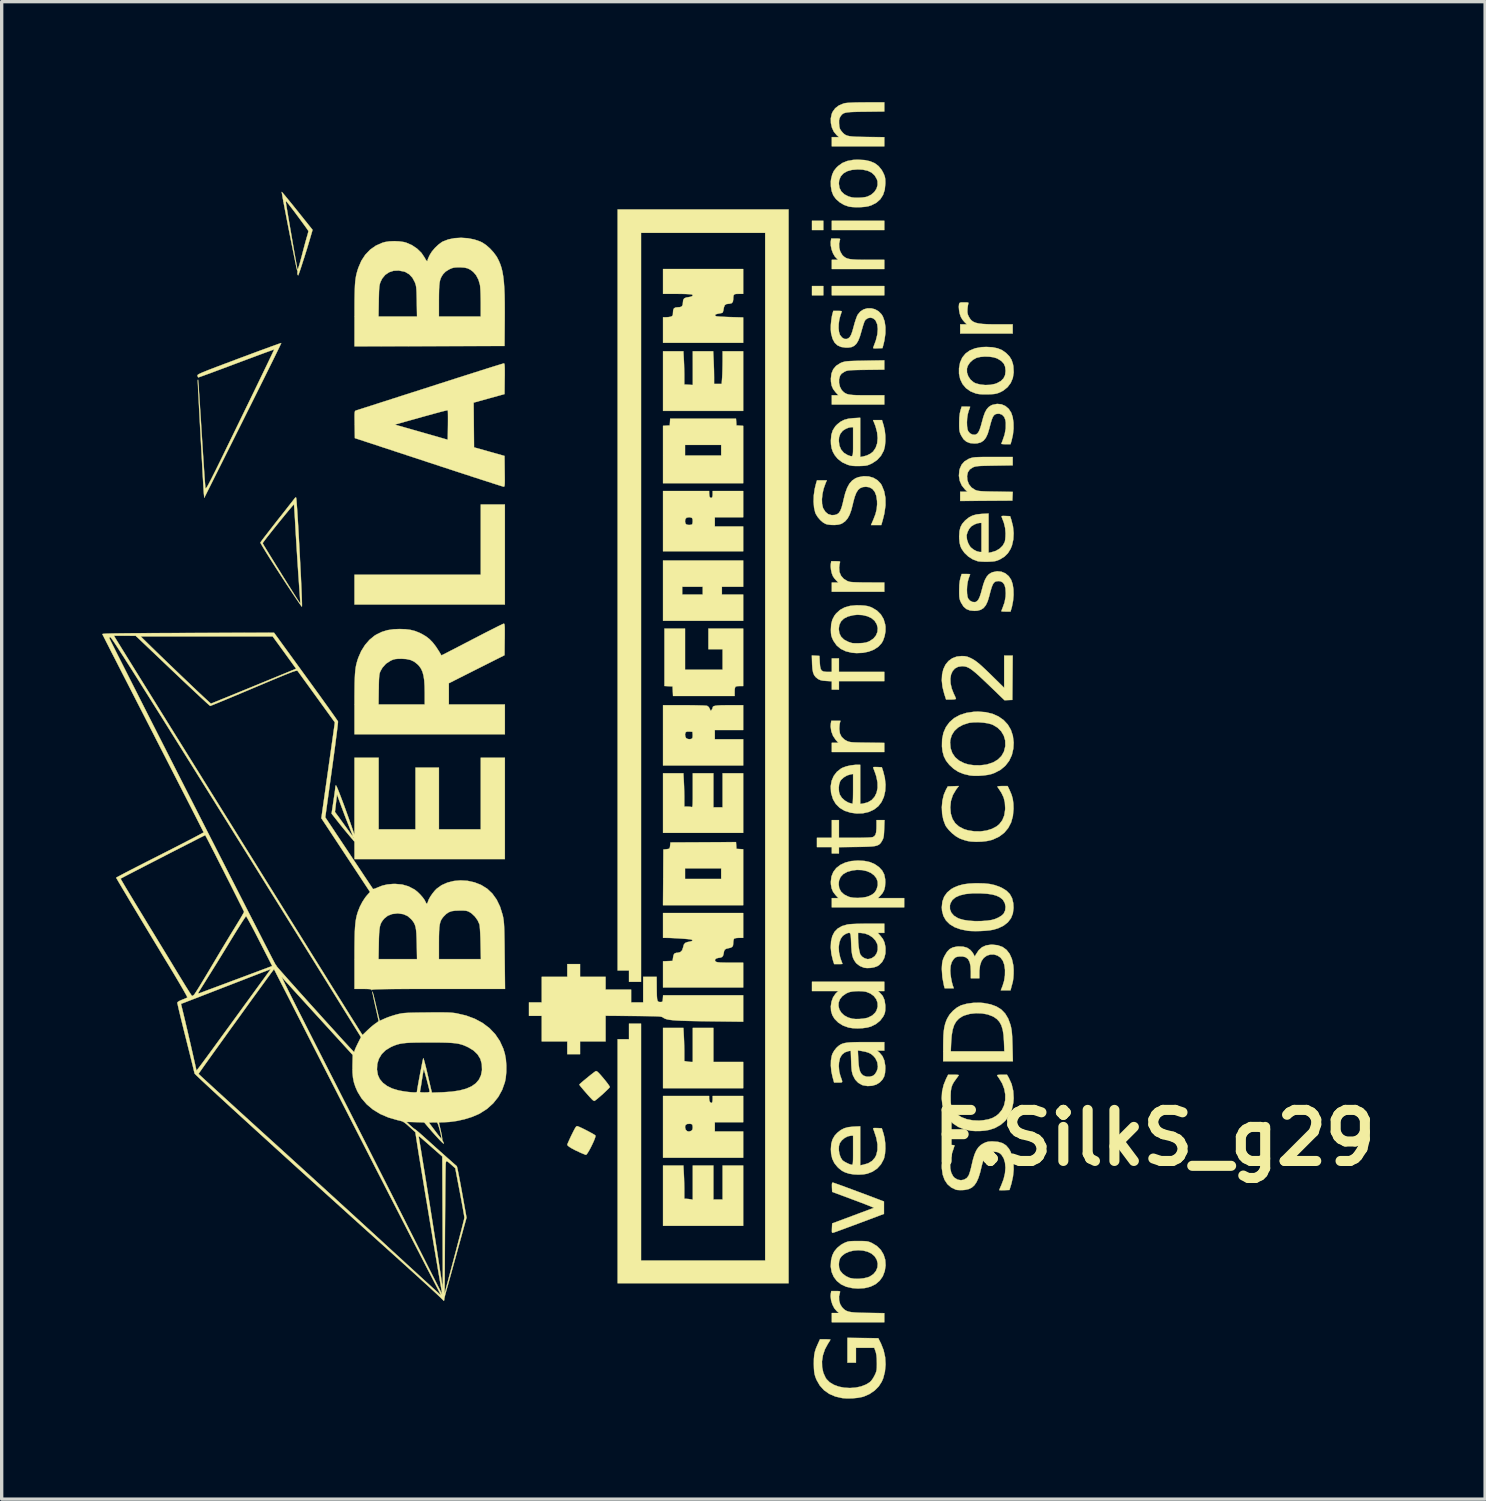
<source format=kicad_pcb>
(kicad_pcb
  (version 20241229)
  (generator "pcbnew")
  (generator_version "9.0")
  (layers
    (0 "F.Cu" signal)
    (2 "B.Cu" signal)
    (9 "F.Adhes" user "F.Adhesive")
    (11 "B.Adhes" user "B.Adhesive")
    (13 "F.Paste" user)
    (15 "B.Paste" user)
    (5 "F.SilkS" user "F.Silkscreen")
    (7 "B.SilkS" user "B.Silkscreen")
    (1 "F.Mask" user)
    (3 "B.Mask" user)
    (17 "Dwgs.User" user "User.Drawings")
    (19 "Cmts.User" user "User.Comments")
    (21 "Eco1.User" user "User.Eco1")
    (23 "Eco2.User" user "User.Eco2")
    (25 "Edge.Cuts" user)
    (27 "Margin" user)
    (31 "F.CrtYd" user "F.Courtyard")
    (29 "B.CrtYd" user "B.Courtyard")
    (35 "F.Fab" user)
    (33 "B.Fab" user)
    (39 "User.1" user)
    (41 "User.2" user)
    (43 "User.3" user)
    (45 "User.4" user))
  (footprint "F.SilkS_g29"
    (layer "F.Cu")
    (at 31.406 30.908)
    (property "Reference" "F.SilkS_g29" (at 0 0 0) (layer "F.SilkS") (effects (font (size 1.524 1.524) (thickness 0.3))))
    (attr through_hole)
    (fp_poly (pts (xy -9.885 -27.093) (xy -10.223 -27.093) (xy -10.223 -27.369) (xy -9.885 -27.369) (xy -9.885 -27.093)) (stroke (width 0.01) (type solid)) (fill yes) (layer "F.SilkS"))
    (fp_poly (pts (xy -9.885 -25.146) (xy -10.223 -25.146) (xy -10.223 -25.421) (xy -9.885 -25.421) (xy -9.885 -25.146)) (stroke (width 0.01) (type solid)) (fill yes) (layer "F.SilkS"))
    (fp_poly (pts (xy -8.065 -27.093) (xy -9.631 -27.093) (xy -9.631 -27.369) (xy -8.065 -27.369) (xy -8.065 -27.093)) (stroke (width 0.01) (type solid)) (fill yes) (layer "F.SilkS"))
    (fp_poly (pts (xy -8.065 -25.146) (xy -9.631 -25.146) (xy -9.631 -25.421) (xy -8.065 -25.421) (xy -8.065 -25.146)) (stroke (width 0.01) (type solid)) (fill yes) (layer "F.SilkS"))
    (fp_poly (pts (xy -19.389 -15.917) (xy -23.876 -15.917) (xy -23.876 -16.806) (xy -20.108 -16.806) (xy -20.108 -18.902) (xy -19.389 -18.902) (xy -19.389 -15.917)) (stroke (width 0.01) (type solid)) (fill yes) (layer "F.SilkS"))
    (fp_poly (pts (xy -12.277 -16.447) (xy -12.912 -16.447) (xy -12.912 -16.214) (xy -12.277 -16.214) (xy -12.277 -15.431) (xy -14.668 -15.431) (xy -14.668 -16.447) (xy -14.097 -16.447) (xy -14.097 -16.214) (xy -13.483 -16.214) (xy -13.483 -16.447) (xy -14.097 -16.447) (xy -14.668 -16.447) (xy -14.668 -17.23) (xy -12.277 -17.23) (xy -12.277 -16.447)) (stroke (width 0.01) (type solid)) (fill yes) (layer "F.SilkS"))
    (fp_poly (pts (xy -12.484 -21.362) (xy -12.478 -21.262) (xy -12.277 -21.249) (xy -12.277 -19.537) (xy -14.668 -19.537) (xy -14.668 -20.68) (xy -14.012 -20.68) (xy -14.012 -20.362) (xy -12.933 -20.362) (xy -12.933 -20.68) (xy -14.012 -20.68) (xy -14.668 -20.68) (xy -14.668 -21.249) (xy -14.467 -21.262) (xy -14.455 -21.463) (xy -12.491 -21.463) (xy -12.484 -21.362)) (stroke (width 0.01) (type solid)) (fill yes) (layer "F.SilkS"))
    (fp_poly (pts (xy -10.922 4.339) (xy -16.023 4.339) (xy -16.023 -2.942) (xy -15.684 -2.942) (xy -15.684 -3.408) (xy -15.325 -3.408) (xy -15.325 3.662) (xy -11.62 3.662) (xy -11.62 -27.009) (xy -15.325 -27.009) (xy -15.325 -4.657) (xy -15.684 -4.657) (xy -15.684 -4.995) (xy -16.023 -4.995) (xy -16.023 -27.707) (xy -10.922 -27.707) (xy -10.922 4.339)) (stroke (width 0.01) (type solid)) (fill yes) (layer "F.SilkS"))
    (fp_poly (pts (xy -14.047 -3.024) (xy -14.041 -2.891) (xy -14.037 -2.744) (xy -14.034 -2.603) (xy -14.034 -2.529) (xy -14.034 -2.292) (xy -13.954 -2.278) (xy -13.888 -2.269) (xy -13.832 -2.265) (xy -13.827 -2.265) (xy -13.78 -2.265) (xy -13.78 -3.281) (xy -13.166 -3.281) (xy -13.166 -2.265) (xy -12.277 -2.265) (xy -12.277 -1.482) (xy -14.668 -1.482) (xy -14.668 -3.281) (xy -14.061 -3.281) (xy -14.047 -3.024)) (stroke (width 0.01) (type solid)) (fill yes) (layer "F.SilkS"))
    (fp_poly (pts (xy -14.012 -13.97) (xy -12.89 -13.97) (xy -12.89 -14.584) (xy -13.314 -14.584) (xy -13.314 -15.198) (xy -12.277 -15.198) (xy -12.277 -13.483) (xy -12.391 -13.483) (xy -12.458 -13.48) (xy -12.5 -13.467) (xy -12.521 -13.434) (xy -12.53 -13.374) (xy -12.531 -13.302) (xy -12.531 -13.187) (xy -14.37 -13.187) (xy -14.383 -13.473) (xy -14.626 -13.485) (xy -14.626 -15.198) (xy -14.012 -15.198) (xy -14.012 -13.97)) (stroke (width 0.01) (type solid)) (fill yes) (layer "F.SilkS"))
    (fp_poly (pts (xy -14.047 1.083) (xy -14.041 1.216) (xy -14.037 1.364) (xy -14.034 1.506) (xy -14.034 1.58) (xy -14.034 1.82) (xy -13.973 1.82) (xy -13.905 1.825) (xy -13.846 1.834) (xy -13.78 1.847) (xy -13.78 0.826) (xy -13.166 0.826) (xy -13.166 1.841) (xy -12.89 1.841) (xy -12.89 0.826) (xy -12.277 0.826) (xy -12.277 2.625) (xy -14.668 2.625) (xy -14.668 0.826) (xy -14.061 0.826) (xy -14.047 1.083)) (stroke (width 0.01) (type solid)) (fill yes) (layer "F.SilkS"))
    (fp_poly (pts (xy -12.484 -8.726) (xy -12.478 -8.625) (xy -12.277 -8.613) (xy -12.277 -6.943) (xy -14.669 -6.943) (xy -14.663 -7.773) (xy -14.662 -8.043) (xy -14.012 -8.043) (xy -14.012 -7.726) (xy -12.933 -7.726) (xy -12.933 -8.043) (xy -14.012 -8.043) (xy -14.662 -8.043) (xy -14.658 -8.604) (xy -14.563 -8.615) (xy -14.504 -8.623) (xy -14.475 -8.64) (xy -14.462 -8.677) (xy -14.457 -8.721) (xy -14.446 -8.816) (xy -13.468 -8.821) (xy -12.491 -8.827) (xy -12.484 -8.726)) (stroke (width 0.01) (type solid)) (fill yes) (layer "F.SilkS"))
    (fp_poly (pts (xy -14.047 -10.622) (xy -14.041 -10.49) (xy -14.037 -10.341) (xy -14.034 -10.199) (xy -14.034 -10.125) (xy -14.034 -9.885) (xy -13.94 -9.885) (xy -13.874 -9.882) (xy -13.823 -9.875) (xy -13.813 -9.872) (xy -13.802 -9.872) (xy -13.794 -9.883) (xy -13.788 -9.91) (xy -13.784 -9.957) (xy -13.782 -10.031) (xy -13.78 -10.134) (xy -13.78 -10.273) (xy -13.78 -10.369) (xy -13.78 -10.88) (xy -13.166 -10.88) (xy -13.166 -9.864) (xy -12.89 -9.864) (xy -12.89 -10.88) (xy -12.277 -10.88) (xy -12.277 -9.102) (xy -14.668 -9.102) (xy -14.668 -10.88) (xy -14.061 -10.88) (xy -14.047 -10.622)) (stroke (width 0.01) (type solid)) (fill yes) (layer "F.SilkS"))
    (fp_poly (pts (xy -14.047 -23.217) (xy -14.041 -23.084) (xy -14.037 -22.936) (xy -14.034 -22.795) (xy -14.034 -22.721) (xy -14.034 -22.483) (xy -13.906 -22.476) (xy -13.779 -22.468) (xy -13.779 -22.971) (xy -13.78 -23.474) (xy -13.172 -23.474) (xy -13.158 -23.185) (xy -13.153 -23.055) (xy -13.148 -22.92) (xy -13.146 -22.794) (xy -13.145 -22.698) (xy -13.145 -22.5) (xy -12.918 -22.5) (xy -12.904 -22.694) (xy -12.899 -22.792) (xy -12.895 -22.917) (xy -12.892 -23.052) (xy -12.89 -23.181) (xy -12.89 -23.474) (xy -12.277 -23.474) (xy -12.277 -21.696) (xy -14.668 -21.696) (xy -14.668 -23.474) (xy -14.061 -23.474) (xy -14.047 -23.217)) (stroke (width 0.01) (type solid)) (fill yes) (layer "F.SilkS"))
    (fp_poly (pts (xy -9.39 -12.388) (xy -9.4 -12.335) (xy -9.406 -12.259) (xy -9.408 -12.2) (xy -9.391 -12.071) (xy -9.34 -11.967) (xy -9.254 -11.886) (xy -9.193 -11.851) (xy -9.159 -11.835) (xy -9.126 -11.823) (xy -9.086 -11.814) (xy -9.036 -11.807) (xy -8.967 -11.802) (xy -8.875 -11.799) (xy -8.753 -11.796) (xy -8.596 -11.794) (xy -8.578 -11.794) (xy -8.065 -11.787) (xy -8.065 -11.515) (xy -9.631 -11.515) (xy -9.631 -11.79) (xy -9.435 -11.79) (xy -9.513 -11.876) (xy -9.594 -11.995) (xy -9.647 -12.134) (xy -9.666 -12.279) (xy -9.66 -12.364) (xy -9.647 -12.446) (xy -9.372 -12.446) (xy -9.39 -12.388)) (stroke (width 0.01) (type solid)) (fill yes) (layer "F.SilkS"))
    (fp_poly (pts (xy -10.001 -14.383) (xy -9.991 -14.185) (xy -9.981 -14.071) (xy -9.963 -13.993) (xy -9.931 -13.944) (xy -9.88 -13.917) (xy -9.804 -13.907) (xy -9.755 -13.906) (xy -9.631 -13.906) (xy -9.631 -14.309) (xy -9.419 -14.309) (xy -9.419 -13.906) (xy -8.065 -13.906) (xy -8.065 -13.631) (xy -9.419 -13.631) (xy -9.419 -13.377) (xy -9.631 -13.377) (xy -9.631 -13.626) (xy -9.799 -13.636) (xy -9.897 -13.644) (xy -9.966 -13.659) (xy -10.023 -13.683) (xy -10.05 -13.7) (xy -10.113 -13.751) (xy -10.159 -13.811) (xy -10.19 -13.888) (xy -10.209 -13.99) (xy -10.219 -14.125) (xy -10.22 -14.156) (xy -10.227 -14.396) (xy -10.001 -14.383)) (stroke (width 0.01) (type solid)) (fill yes) (layer "F.SilkS"))
    (fp_poly (pts (xy -9.436 4.573) (xy -9.397 4.578) (xy -9.383 4.59) (xy -9.387 4.609) (xy -9.416 4.729) (xy -9.413 4.853) (xy -9.381 4.967) (xy -9.328 5.053) (xy -9.283 5.1) (xy -9.239 5.138) (xy -9.188 5.166) (xy -9.127 5.187) (xy -9.048 5.202) (xy -8.947 5.212) (xy -8.817 5.219) (xy -8.653 5.223) (xy -8.567 5.224) (xy -8.065 5.232) (xy -8.065 5.503) (xy -9.631 5.503) (xy -9.631 5.228) (xy -9.416 5.228) (xy -9.482 5.173) (xy -9.556 5.087) (xy -9.614 4.974) (xy -9.653 4.848) (xy -9.667 4.722) (xy -9.661 4.651) (xy -9.648 4.572) (xy -9.51 4.572) (xy -9.436 4.573)) (stroke (width 0.01) (type solid)) (fill yes) (layer "F.SilkS"))
    (fp_poly (pts (xy -9.437 -17.207) (xy -9.397 -17.202) (xy -9.384 -17.191) (xy -9.388 -17.171) (xy -9.399 -17.13) (xy -9.408 -17.064) (xy -9.413 -17.018) (xy -9.404 -16.889) (xy -9.357 -16.776) (xy -9.276 -16.683) (xy -9.165 -16.616) (xy -9.104 -16.595) (xy -9.061 -16.589) (xy -8.983 -16.583) (xy -8.877 -16.579) (xy -8.75 -16.576) (xy -8.61 -16.574) (xy -8.546 -16.574) (xy -8.065 -16.573) (xy -8.065 -16.298) (xy -9.631 -16.298) (xy -9.631 -16.573) (xy -9.437 -16.573) (xy -9.503 -16.639) (xy -9.553 -16.696) (xy -9.594 -16.755) (xy -9.6 -16.766) (xy -9.633 -16.852) (xy -9.656 -16.958) (xy -9.665 -17.062) (xy -9.661 -17.129) (xy -9.648 -17.209) (xy -9.51 -17.209) (xy -9.437 -17.207)) (stroke (width 0.01) (type solid)) (fill yes) (layer "F.SilkS"))
    (fp_poly (pts (xy -9.437 -26.838) (xy -9.397 -26.833) (xy -9.384 -26.821) (xy -9.388 -26.802) (xy -9.414 -26.691) (xy -9.411 -26.57) (xy -9.38 -26.453) (xy -9.323 -26.354) (xy -9.297 -26.325) (xy -9.255 -26.289) (xy -9.211 -26.261) (xy -9.158 -26.24) (xy -9.09 -26.225) (xy -9.002 -26.215) (xy -8.889 -26.208) (xy -8.745 -26.205) (xy -8.565 -26.204) (xy -8.559 -26.204) (xy -8.065 -26.204) (xy -8.065 -25.929) (xy -9.631 -25.929) (xy -9.631 -26.204) (xy -9.531 -26.204) (xy -9.472 -26.205) (xy -9.45 -26.21) (xy -9.458 -26.223) (xy -9.478 -26.237) (xy -9.54 -26.302) (xy -9.595 -26.397) (xy -9.637 -26.508) (xy -9.661 -26.625) (xy -9.665 -26.734) (xy -9.661 -26.76) (xy -9.648 -26.839) (xy -9.51 -26.839) (xy -9.437 -26.838)) (stroke (width 0.01) (type solid)) (fill yes) (layer "F.SilkS"))
    (fp_poly (pts (xy -13.293 -1.167) (xy -13.283 -1.102) (xy -13.259 -1.058) (xy -13.227 -1.041) (xy -13.209 -1.047) (xy -13.195 -1.075) (xy -13.188 -1.129) (xy -13.187 -1.155) (xy -13.187 -1.249) (xy -12.277 -1.249) (xy -12.277 -0.466) (xy -13.123 -0.466) (xy -13.123 -0.191) (xy -12.277 -0.191) (xy -12.277 0.593) (xy -14.668 0.593) (xy -14.668 -0.324) (xy -14.012 -0.324) (xy -13.996 -0.25) (xy -13.954 -0.203) (xy -13.895 -0.187) (xy -13.828 -0.208) (xy -13.814 -0.218) (xy -13.788 -0.253) (xy -13.782 -0.313) (xy -13.783 -0.329) (xy -13.791 -0.383) (xy -13.809 -0.408) (xy -13.851 -0.418) (xy -13.871 -0.419) (xy -13.95 -0.414) (xy -13.997 -0.382) (xy -14.012 -0.324) (xy -14.668 -0.324) (xy -14.668 -1.249) (xy -13.293 -1.249) (xy -13.293 -1.167)) (stroke (width 0.01) (type solid)) (fill yes) (layer "F.SilkS"))
    (fp_poly (pts (xy -13.292 -19.225) (xy -13.284 -19.146) (xy -13.26 -19.103) (xy -13.223 -19.098) (xy -13.221 -19.099) (xy -13.197 -19.124) (xy -13.187 -19.181) (xy -13.187 -19.208) (xy -13.187 -19.304) (xy -12.277 -19.304) (xy -12.277 -18.521) (xy -13.123 -18.521) (xy -13.123 -18.246) (xy -12.277 -18.246) (xy -12.277 -17.505) (xy -14.668 -17.505) (xy -14.668 -18.404) (xy -14.012 -18.404) (xy -14.001 -18.338) (xy -13.964 -18.301) (xy -13.896 -18.291) (xy -13.875 -18.292) (xy -13.822 -18.298) (xy -13.797 -18.314) (xy -13.787 -18.353) (xy -13.783 -18.392) (xy -13.785 -18.463) (xy -13.808 -18.503) (xy -13.86 -18.519) (xy -13.897 -18.521) (xy -13.965 -18.508) (xy -14.002 -18.468) (xy -14.012 -18.404) (xy -14.668 -18.404) (xy -14.668 -19.304) (xy -13.293 -19.304) (xy -13.292 -19.225)) (stroke (width 0.01) (type solid)) (fill yes) (layer "F.SilkS"))
    (fp_poly (pts (xy -17.22 -0.347) (xy -17.171 -0.328) (xy -17.1 -0.296) (xy -17.016 -0.255) (xy -16.926 -0.209) (xy -16.84 -0.163) (xy -16.765 -0.122) (xy -16.711 -0.089) (xy -16.685 -0.069) (xy -16.685 -0.067) (xy -16.687 -0.033) (xy -16.707 0.028) (xy -16.739 0.107) (xy -16.781 0.197) (xy -16.826 0.289) (xy -16.872 0.374) (xy -16.914 0.444) (xy -16.948 0.492) (xy -16.97 0.508) (xy -16.995 0.499) (xy -17.05 0.477) (xy -17.124 0.446) (xy -17.166 0.427) (xy -17.294 0.367) (xy -17.398 0.311) (xy -17.474 0.263) (xy -17.517 0.225) (xy -17.526 0.206) (xy -17.518 0.178) (xy -17.493 0.121) (xy -17.457 0.04) (xy -17.412 -0.056) (xy -17.395 -0.09) (xy -17.342 -0.197) (xy -17.303 -0.271) (xy -17.275 -0.318) (xy -17.253 -0.342) (xy -17.234 -0.349) (xy -17.22 -0.347)) (stroke (width 0.01) (type solid)) (fill yes) (layer "F.SilkS"))
    (fp_poly (pts (xy -5.606 -24.933) (xy -5.566 -24.928) (xy -5.553 -24.917) (xy -5.557 -24.897) (xy -5.567 -24.857) (xy -5.577 -24.79) (xy -5.583 -24.732) (xy -5.585 -24.643) (xy -5.573 -24.576) (xy -5.548 -24.517) (xy -5.51 -24.451) (xy -5.466 -24.398) (xy -5.411 -24.357) (xy -5.34 -24.326) (xy -5.248 -24.304) (xy -5.132 -24.29) (xy -4.985 -24.282) (xy -4.803 -24.278) (xy -4.706 -24.278) (xy -4.233 -24.278) (xy -4.233 -24.003) (xy -5.8 -24.003) (xy -5.8 -24.278) (xy -5.601 -24.278) (xy -5.672 -24.347) (xy -5.727 -24.412) (xy -5.775 -24.489) (xy -5.783 -24.507) (xy -5.814 -24.597) (xy -5.833 -24.7) (xy -5.841 -24.8) (xy -5.834 -24.879) (xy -5.834 -24.88) (xy -5.824 -24.909) (xy -5.805 -24.925) (xy -5.767 -24.933) (xy -5.699 -24.934) (xy -5.681 -24.934) (xy -5.606 -24.933)) (stroke (width 0.01) (type solid)) (fill yes) (layer "F.SilkS"))
    (fp_poly (pts (xy -16.629 -1.976) (xy -16.588 -1.938) (xy -16.53 -1.875) (xy -16.451 -1.782) (xy -16.449 -1.78) (xy -16.379 -1.695) (xy -16.321 -1.62) (xy -16.279 -1.56) (xy -16.258 -1.524) (xy -16.256 -1.518) (xy -16.271 -1.496) (xy -16.312 -1.453) (xy -16.371 -1.396) (xy -16.441 -1.33) (xy -16.516 -1.263) (xy -16.589 -1.2) (xy -16.651 -1.148) (xy -16.698 -1.113) (xy -16.719 -1.101) (xy -16.745 -1.113) (xy -16.767 -1.128) (xy -16.796 -1.156) (xy -16.843 -1.206) (xy -16.902 -1.271) (xy -16.967 -1.345) (xy -17.032 -1.42) (xy -17.09 -1.489) (xy -17.136 -1.544) (xy -17.162 -1.58) (xy -17.166 -1.589) (xy -17.151 -1.607) (xy -17.109 -1.645) (xy -17.048 -1.698) (xy -16.974 -1.759) (xy -16.896 -1.823) (xy -16.819 -1.885) (xy -16.752 -1.937) (xy -16.7 -1.975) (xy -16.677 -1.991) (xy -16.657 -1.992) (xy -16.629 -1.976)) (stroke (width 0.01) (type solid)) (fill yes) (layer "F.SilkS"))
    (fp_poly (pts (xy -9.419 -8.954) (xy -8.946 -8.954) (xy -8.786 -8.955) (xy -8.647 -8.958) (xy -8.535 -8.962) (xy -8.453 -8.968) (xy -8.409 -8.976) (xy -8.408 -8.976) (xy -8.361 -9.003) (xy -8.328 -9.049) (xy -8.308 -9.12) (xy -8.299 -9.223) (xy -8.297 -9.306) (xy -8.297 -9.483) (xy -8.059 -9.483) (xy -8.068 -9.223) (xy -8.073 -9.109) (xy -8.079 -9.027) (xy -8.089 -8.967) (xy -8.104 -8.92) (xy -8.127 -8.875) (xy -8.129 -8.871) (xy -8.159 -8.82) (xy -8.191 -8.779) (xy -8.229 -8.748) (xy -8.279 -8.725) (xy -8.345 -8.708) (xy -8.433 -8.697) (xy -8.547 -8.69) (xy -8.694 -8.685) (xy -8.878 -8.682) (xy -8.885 -8.682) (xy -9.419 -8.675) (xy -9.419 -8.488) (xy -9.631 -8.488) (xy -9.631 -8.678) (xy -10.075 -8.678) (xy -10.075 -8.954) (xy -9.631 -8.954) (xy -9.631 -9.483) (xy -9.419 -9.483) (xy -9.419 -8.954)) (stroke (width 0.01) (type solid)) (fill yes) (layer "F.SilkS"))
    (fp_poly (pts (xy -9.58 1.341) (xy -9.519 1.362) (xy -9.428 1.394) (xy -9.311 1.436) (xy -9.173 1.487) (xy -9.017 1.545) (xy -8.849 1.608) (xy -8.826 1.616) (xy -8.075 1.899) (xy -8.075 2.269) (xy -8.805 2.543) (xy -8.973 2.606) (xy -9.131 2.664) (xy -9.272 2.717) (xy -9.393 2.761) (xy -9.488 2.796) (xy -9.554 2.819) (xy -9.584 2.829) (xy -9.584 2.829) (xy -9.61 2.834) (xy -9.624 2.825) (xy -9.629 2.795) (xy -9.628 2.734) (xy -9.627 2.698) (xy -9.62 2.554) (xy -9.006 2.325) (xy -8.854 2.268) (xy -8.714 2.216) (xy -8.592 2.171) (xy -8.492 2.133) (xy -8.419 2.107) (xy -8.38 2.092) (xy -8.374 2.09) (xy -8.388 2.081) (xy -8.438 2.06) (xy -8.518 2.027) (xy -8.625 1.985) (xy -8.753 1.936) (xy -8.898 1.881) (xy -8.988 1.848) (xy -9.62 1.613) (xy -9.627 1.473) (xy -9.628 1.393) (xy -9.622 1.349) (xy -9.607 1.334) (xy -9.605 1.334) (xy -9.58 1.341)) (stroke (width 0.01) (type solid)) (fill yes) (layer "F.SilkS"))
    (fp_poly (pts (xy -13.873 -12.911) (xy -13.723 -12.909) (xy -13.59 -12.906) (xy -13.481 -12.903) (xy -13.401 -12.898) (xy -13.355 -12.894) (xy -13.35 -12.892) (xy -13.303 -12.856) (xy -13.273 -12.802) (xy -13.255 -12.757) (xy -13.241 -12.747) (xy -13.221 -12.768) (xy -13.217 -12.773) (xy -13.193 -12.816) (xy -13.187 -12.841) (xy -13.18 -12.864) (xy -13.157 -12.882) (xy -13.113 -12.894) (xy -13.043 -12.903) (xy -12.944 -12.909) (xy -12.809 -12.911) (xy -12.691 -12.912) (xy -12.277 -12.912) (xy -12.277 -12.171) (xy -13.123 -12.171) (xy -13.123 -11.896) (xy -12.277 -11.896) (xy -12.277 -11.113) (xy -14.668 -11.113) (xy -14.668 -12.046) (xy -14.011 -12.046) (xy -14.005 -11.98) (xy -13.979 -11.929) (xy -13.979 -11.929) (xy -13.928 -11.903) (xy -13.863 -11.897) (xy -13.805 -11.914) (xy -13.805 -11.914) (xy -13.786 -11.95) (xy -13.783 -12.02) (xy -13.783 -12.025) (xy -13.79 -12.118) (xy -13.883 -12.125) (xy -13.955 -12.123) (xy -13.993 -12.105) (xy -13.994 -12.103) (xy -14.011 -12.046) (xy -14.668 -12.046) (xy -14.668 -12.912) (xy -14.035 -12.912) (xy -13.873 -12.911)) (stroke (width 0.01) (type solid)) (fill yes) (layer "F.SilkS"))
    (fp_poly (pts (xy -8.065 -22.927) (xy -8.61 -22.92) (xy -8.777 -22.918) (xy -8.907 -22.915) (xy -9.007 -22.912) (xy -9.081 -22.908) (xy -9.136 -22.902) (xy -9.178 -22.894) (xy -9.212 -22.883) (xy -9.243 -22.869) (xy -9.253 -22.864) (xy -9.342 -22.805) (xy -9.385 -22.745) (xy -9.415 -22.641) (xy -9.415 -22.526) (xy -9.388 -22.414) (xy -9.337 -22.317) (xy -9.276 -22.254) (xy -9.235 -22.226) (xy -9.192 -22.204) (xy -9.141 -22.188) (xy -9.076 -22.177) (xy -8.993 -22.169) (xy -8.884 -22.164) (xy -8.745 -22.162) (xy -8.569 -22.162) (xy -8.065 -22.162) (xy -8.065 -21.886) (xy -9.631 -21.886) (xy -9.631 -22.162) (xy -9.435 -22.162) (xy -9.52 -22.253) (xy -9.591 -22.347) (xy -9.635 -22.446) (xy -9.656 -22.565) (xy -9.659 -22.659) (xy -9.641 -22.811) (xy -9.589 -22.938) (xy -9.502 -23.041) (xy -9.38 -23.119) (xy -9.336 -23.139) (xy -9.297 -23.152) (xy -9.257 -23.163) (xy -9.211 -23.172) (xy -9.151 -23.178) (xy -9.073 -23.183) (xy -8.97 -23.187) (xy -8.837 -23.19) (xy -8.669 -23.193) (xy -8.641 -23.194) (xy -8.065 -23.204) (xy -8.065 -22.927)) (stroke (width 0.01) (type solid)) (fill yes) (layer "F.SilkS"))
    (fp_poly (pts (xy -8.065 -30.631) (xy -8.631 -30.624) (xy -8.816 -30.622) (xy -8.964 -30.618) (xy -9.079 -30.613) (xy -9.167 -30.604) (xy -9.233 -30.592) (xy -9.282 -30.574) (xy -9.318 -30.551) (xy -9.347 -30.52) (xy -9.374 -30.481) (xy -9.379 -30.474) (xy -9.403 -30.424) (xy -9.415 -30.367) (xy -9.415 -30.287) (xy -9.414 -30.264) (xy -9.407 -30.18) (xy -9.392 -30.121) (xy -9.365 -30.071) (xy -9.343 -30.043) (xy -9.303 -29.996) (xy -9.263 -29.958) (xy -9.22 -29.929) (xy -9.166 -29.908) (xy -9.097 -29.893) (xy -9.008 -29.883) (xy -8.891 -29.876) (xy -8.743 -29.873) (xy -8.588 -29.87) (xy -8.065 -29.864) (xy -8.065 -29.591) (xy -9.631 -29.591) (xy -9.631 -29.866) (xy -9.418 -29.866) (xy -9.49 -29.93) (xy -9.57 -30.026) (xy -9.627 -30.148) (xy -9.658 -30.285) (xy -9.661 -30.425) (xy -9.634 -30.557) (xy -9.608 -30.619) (xy -9.53 -30.727) (xy -9.42 -30.811) (xy -9.285 -30.867) (xy -9.239 -30.879) (xy -9.175 -30.887) (xy -9.075 -30.893) (xy -8.944 -30.899) (xy -8.789 -30.902) (xy -8.613 -30.903) (xy -8.59 -30.903) (xy -8.065 -30.903) (xy -8.065 -30.631)) (stroke (width 0.01) (type solid)) (fill yes) (layer "F.SilkS"))
    (fp_poly (pts (xy -4.233 -20.071) (xy -4.778 -20.062) (xy -4.947 -20.059) (xy -5.079 -20.056) (xy -5.18 -20.053) (xy -5.255 -20.048) (xy -5.312 -20.041) (xy -5.355 -20.033) (xy -5.391 -20.022) (xy -5.422 -20.009) (xy -5.515 -19.947) (xy -5.572 -19.861) (xy -5.595 -19.751) (xy -5.586 -19.63) (xy -5.542 -19.509) (xy -5.465 -19.41) (xy -5.357 -19.339) (xy -5.323 -19.325) (xy -5.287 -19.314) (xy -5.241 -19.306) (xy -5.181 -19.3) (xy -5.1 -19.295) (xy -4.993 -19.291) (xy -4.853 -19.288) (xy -4.746 -19.287) (xy -4.231 -19.278) (xy -4.238 -19.148) (xy -4.244 -19.018) (xy -5.022 -19.013) (xy -5.8 -19.007) (xy -5.8 -19.283) (xy -5.585 -19.283) (xy -5.658 -19.352) (xy -5.752 -19.469) (xy -5.813 -19.607) (xy -5.838 -19.758) (xy -5.825 -19.914) (xy -5.812 -19.967) (xy -5.757 -20.091) (xy -5.671 -20.189) (xy -5.551 -20.261) (xy -5.514 -20.276) (xy -5.476 -20.289) (xy -5.438 -20.299) (xy -5.392 -20.307) (xy -5.335 -20.313) (xy -5.26 -20.316) (xy -5.162 -20.319) (xy -5.034 -20.32) (xy -4.872 -20.32) (xy -4.815 -20.32) (xy -4.233 -20.32) (xy -4.233 -20.071)) (stroke (width 0.01) (type solid)) (fill yes) (layer "F.SilkS"))
    (fp_poly (pts (xy -4.238 -13.732) (xy -4.244 -13.07) (xy -4.36 -13.065) (xy -4.477 -13.06) (xy -4.947 -13.513) (xy -5.101 -13.659) (xy -5.228 -13.778) (xy -5.334 -13.873) (xy -5.422 -13.945) (xy -5.496 -13.999) (xy -5.56 -14.035) (xy -5.618 -14.059) (xy -5.674 -14.071) (xy -5.732 -14.076) (xy -5.748 -14.076) (xy -5.863 -14.058) (xy -5.957 -14.008) (xy -6.027 -13.929) (xy -6.073 -13.826) (xy -6.093 -13.702) (xy -6.087 -13.563) (xy -6.053 -13.411) (xy -5.991 -13.252) (xy -5.977 -13.225) (xy -5.949 -13.164) (xy -5.93 -13.118) (xy -5.927 -13.103) (xy -5.946 -13.091) (xy -6.001 -13.084) (xy -6.074 -13.081) (xy -6.221 -13.081) (xy -6.277 -13.256) (xy -6.329 -13.46) (xy -6.349 -13.652) (xy -6.34 -13.828) (xy -6.303 -13.985) (xy -6.239 -14.121) (xy -6.149 -14.231) (xy -6.037 -14.312) (xy -5.902 -14.363) (xy -5.758 -14.378) (xy -5.666 -14.375) (xy -5.592 -14.361) (xy -5.514 -14.33) (xy -5.471 -14.31) (xy -5.415 -14.28) (xy -5.358 -14.244) (xy -5.296 -14.198) (xy -5.224 -14.14) (xy -5.139 -14.064) (xy -5.037 -13.969) (xy -4.914 -13.85) (xy -4.768 -13.707) (xy -4.487 -13.431) (xy -4.487 -14.393) (xy -4.233 -14.393) (xy -4.238 -13.732)) (stroke (width 0.01) (type solid)) (fill yes) (layer "F.SilkS"))
    (fp_poly (pts (xy -5.097 -4.023) (xy -4.89 -3.983) (xy -4.716 -3.919) (xy -4.573 -3.829) (xy -4.458 -3.71) (xy -4.368 -3.56) (xy -4.301 -3.378) (xy -4.295 -3.355) (xy -4.279 -3.286) (xy -4.266 -3.213) (xy -4.257 -3.129) (xy -4.249 -3.025) (xy -4.244 -2.894) (xy -4.239 -2.736) (xy -4.228 -2.286) (xy -6.308 -2.286) (xy -6.307 -2.582) (xy -6.081 -2.582) (xy -4.482 -2.582) (xy -4.493 -2.873) (xy -4.506 -3.069) (xy -4.532 -3.229) (xy -4.572 -3.359) (xy -4.629 -3.462) (xy -4.704 -3.544) (xy -4.801 -3.611) (xy -4.829 -3.626) (xy -4.979 -3.683) (xy -5.151 -3.714) (xy -5.332 -3.72) (xy -5.51 -3.7) (xy -5.671 -3.654) (xy -5.733 -3.627) (xy -5.836 -3.56) (xy -5.918 -3.474) (xy -5.981 -3.364) (xy -6.025 -3.226) (xy -6.054 -3.056) (xy -6.069 -2.863) (xy -6.081 -2.582) (xy -6.307 -2.582) (xy -6.307 -2.715) (xy -6.305 -2.907) (xy -6.3 -3.064) (xy -6.289 -3.194) (xy -6.272 -3.304) (xy -6.248 -3.402) (xy -6.216 -3.495) (xy -6.189 -3.557) (xy -6.117 -3.678) (xy -6.016 -3.791) (xy -5.899 -3.887) (xy -5.778 -3.953) (xy -5.771 -3.955) (xy -5.601 -4.003) (xy -5.409 -4.029) (xy -5.213 -4.033) (xy -5.097 -4.023)) (stroke (width 0.01) (type solid)) (fill yes) (layer "F.SilkS"))
    (fp_poly (pts (xy -17.145 -4.805) (xy -16.383 -4.805) (xy -16.383 -4.424) (xy -15.621 -4.424) (xy -15.621 -4.043) (xy -15.261 -4.043) (xy -15.261 -4.805) (xy -14.859 -4.805) (xy -14.857 -4.482) (xy -14.855 -4.337) (xy -14.852 -4.229) (xy -14.846 -4.152) (xy -14.836 -4.102) (xy -14.819 -4.072) (xy -14.796 -4.058) (xy -14.765 -4.054) (xy -14.752 -4.053) (xy -14.708 -4.056) (xy -14.686 -4.069) (xy -14.676 -4.106) (xy -14.673 -4.154) (xy -14.666 -4.255) (xy -12.277 -4.255) (xy -12.277 -3.466) (xy -13.266 -3.478) (xy -13.538 -3.482) (xy -13.772 -3.486) (xy -13.969 -3.491) (xy -14.134 -3.496) (xy -14.27 -3.503) (xy -14.38 -3.512) (xy -14.468 -3.522) (xy -14.536 -3.534) (xy -14.589 -3.549) (xy -14.629 -3.566) (xy -14.658 -3.583) (xy -14.675 -3.595) (xy -14.693 -3.605) (xy -14.718 -3.613) (xy -14.752 -3.619) (xy -14.801 -3.624) (xy -14.868 -3.627) (xy -14.957 -3.63) (xy -15.073 -3.632) (xy -15.221 -3.634) (xy -15.403 -3.636) (xy -15.552 -3.637) (xy -16.383 -3.644) (xy -16.383 -2.879) (xy -17.145 -2.879) (xy -17.145 -2.498) (xy -17.526 -2.498) (xy -17.526 -2.879) (xy -18.288 -2.879) (xy -18.288 -3.641) (xy -18.669 -3.641) (xy -18.669 -4.043) (xy -18.288 -4.043) (xy -18.288 -4.805) (xy -17.526 -4.805) (xy -17.526 -5.186) (xy -17.145 -5.186) (xy -17.145 -4.805)) (stroke (width 0.01) (type solid)) (fill yes) (layer "F.SilkS"))
    (fp_poly (pts (xy -8.656 -8.264) (xy -8.494 -8.23) (xy -8.353 -8.17) (xy -8.226 -8.082) (xy -8.22 -8.077) (xy -8.127 -7.976) (xy -8.067 -7.86) (xy -8.039 -7.721) (xy -8.035 -7.631) (xy -8.044 -7.497) (xy -8.07 -7.393) (xy -8.117 -7.304) (xy -8.182 -7.229) (xy -8.256 -7.154) (xy -7.472 -7.154) (xy -7.472 -6.879) (xy -9.631 -6.879) (xy -9.631 -7.154) (xy -9.435 -7.154) (xy -9.52 -7.246) (xy -9.593 -7.342) (xy -9.637 -7.446) (xy -9.658 -7.569) (xy -9.658 -7.579) (xy -9.428 -7.579) (xy -9.411 -7.454) (xy -9.357 -7.349) (xy -9.266 -7.264) (xy -9.139 -7.2) (xy -9.082 -7.182) (xy -8.977 -7.164) (xy -8.852 -7.16) (xy -8.721 -7.169) (xy -8.601 -7.189) (xy -8.519 -7.216) (xy -8.427 -7.262) (xy -8.364 -7.311) (xy -8.319 -7.372) (xy -8.295 -7.419) (xy -8.26 -7.537) (xy -8.263 -7.648) (xy -8.301 -7.749) (xy -8.37 -7.836) (xy -8.466 -7.908) (xy -8.586 -7.96) (xy -8.725 -7.991) (xy -8.88 -7.997) (xy -9.013 -7.982) (xy -9.167 -7.94) (xy -9.286 -7.875) (xy -9.369 -7.787) (xy -9.416 -7.677) (xy -9.428 -7.579) (xy -9.658 -7.579) (xy -9.66 -7.643) (xy -9.642 -7.798) (xy -9.587 -7.935) (xy -9.498 -8.052) (xy -9.377 -8.146) (xy -9.228 -8.216) (xy -9.053 -8.26) (xy -8.854 -8.275) (xy -8.848 -8.275) (xy -8.656 -8.264)) (stroke (width 0.01) (type solid)) (fill yes) (layer "F.SilkS"))
    (fp_poly (pts (xy -12.277 -5.969) (xy -12.399 -5.969) (xy -12.471 -5.965) (xy -12.526 -5.954) (xy -12.548 -5.944) (xy -12.563 -5.908) (xy -12.572 -5.849) (xy -12.573 -5.819) (xy -12.579 -5.745) (xy -12.603 -5.7) (xy -12.653 -5.674) (xy -12.711 -5.661) (xy -12.783 -5.643) (xy -12.825 -5.616) (xy -12.848 -5.567) (xy -12.857 -5.515) (xy -12.875 -5.441) (xy -12.905 -5.398) (xy -12.96 -5.378) (xy -13.005 -5.373) (xy -13.072 -5.357) (xy -13.112 -5.328) (xy -13.119 -5.292) (xy -13.093 -5.259) (xy -13.068 -5.247) (xy -13.026 -5.239) (xy -12.961 -5.233) (xy -12.868 -5.23) (xy -12.74 -5.228) (xy -12.664 -5.228) (xy -12.277 -5.228) (xy -12.277 -4.487) (xy -14.668 -4.487) (xy -14.668 -5.269) (xy -14.526 -5.275) (xy -14.383 -5.281) (xy -14.368 -5.385) (xy -14.352 -5.461) (xy -14.324 -5.503) (xy -14.275 -5.521) (xy -14.229 -5.524) (xy -14.153 -5.543) (xy -14.099 -5.596) (xy -14.069 -5.685) (xy -14.068 -5.689) (xy -14.047 -5.767) (xy -14.007 -5.816) (xy -13.94 -5.843) (xy -13.897 -5.851) (xy -13.826 -5.867) (xy -13.792 -5.885) (xy -13.796 -5.905) (xy -13.817 -5.916) (xy -13.851 -5.923) (xy -13.919 -5.931) (xy -14.012 -5.939) (xy -14.122 -5.947) (xy -14.239 -5.955) (xy -14.355 -5.961) (xy -14.462 -5.966) (xy -14.547 -5.968) (xy -14.668 -5.969) (xy -14.668 -6.71) (xy -12.277 -6.71) (xy -12.277 -5.969)) (stroke (width 0.01) (type solid)) (fill yes) (layer "F.SilkS"))
    (fp_poly (pts (xy -12.277 -25.188) (xy -12.412 -25.188) (xy -12.494 -25.186) (xy -12.542 -25.172) (xy -12.565 -25.138) (xy -12.572 -25.076) (xy -12.573 -25.029) (xy -12.584 -24.953) (xy -12.619 -24.91) (xy -12.686 -24.893) (xy -12.711 -24.892) (xy -12.782 -24.882) (xy -12.827 -24.848) (xy -12.852 -24.782) (xy -12.859 -24.744) (xy -12.871 -24.681) (xy -12.886 -24.637) (xy -12.894 -24.626) (xy -12.925 -24.615) (xy -12.982 -24.604) (xy -13.012 -24.599) (xy -13.079 -24.583) (xy -13.114 -24.562) (xy -13.114 -24.539) (xy -13.087 -24.522) (xy -13.055 -24.516) (xy -12.987 -24.51) (xy -12.892 -24.505) (xy -12.778 -24.499) (xy -12.663 -24.495) (xy -12.277 -24.484) (xy -12.277 -23.728) (xy -14.668 -23.728) (xy -14.668 -24.49) (xy -14.575 -24.49) (xy -14.503 -24.495) (xy -14.439 -24.506) (xy -14.426 -24.51) (xy -14.391 -24.531) (xy -14.375 -24.565) (xy -14.372 -24.618) (xy -14.365 -24.704) (xy -14.341 -24.756) (xy -14.294 -24.781) (xy -14.243 -24.786) (xy -14.157 -24.793) (xy -14.106 -24.817) (xy -14.081 -24.865) (xy -14.076 -24.92) (xy -14.067 -25.002) (xy -14.037 -25.052) (xy -13.977 -25.079) (xy -13.921 -25.088) (xy -13.843 -25.102) (xy -13.795 -25.122) (xy -13.782 -25.147) (xy -13.801 -25.168) (xy -13.831 -25.174) (xy -13.896 -25.179) (xy -13.99 -25.184) (xy -14.105 -25.187) (xy -14.234 -25.188) (xy -14.25 -25.188) (xy -14.668 -25.188) (xy -14.668 -25.929) (xy -12.277 -25.929) (xy -12.277 -25.188)) (stroke (width 0.01) (type solid)) (fill yes) (layer "F.SilkS"))
    (fp_poly (pts (xy -5.923 -10.393) (xy -6.019 -10.231) (xy -6.077 -10.052) (xy -6.096 -9.861) (xy -6.08 -9.677) (xy -6.031 -9.521) (xy -5.95 -9.392) (xy -5.835 -9.29) (xy -5.688 -9.214) (xy -5.567 -9.177) (xy -5.379 -9.148) (xy -5.192 -9.146) (xy -5.013 -9.171) (xy -4.851 -9.222) (xy -4.713 -9.295) (xy -4.634 -9.36) (xy -4.543 -9.479) (xy -4.485 -9.621) (xy -4.459 -9.789) (xy -4.457 -9.842) (xy -4.467 -10.011) (xy -4.503 -10.157) (xy -4.569 -10.296) (xy -4.607 -10.355) (xy -4.647 -10.415) (xy -4.678 -10.461) (xy -4.69 -10.481) (xy -4.677 -10.489) (xy -4.63 -10.496) (xy -4.559 -10.499) (xy -4.543 -10.499) (xy -4.384 -10.499) (xy -4.32 -10.366) (xy -4.265 -10.236) (xy -4.231 -10.112) (xy -4.213 -9.978) (xy -4.208 -9.821) (xy -4.227 -9.606) (xy -4.28 -9.413) (xy -4.367 -9.246) (xy -4.486 -9.104) (xy -4.637 -8.99) (xy -4.818 -8.905) (xy -4.865 -8.889) (xy -5 -8.858) (xy -5.158 -8.84) (xy -5.323 -8.835) (xy -5.478 -8.843) (xy -5.57 -8.857) (xy -5.668 -8.883) (xy -5.773 -8.919) (xy -5.834 -8.945) (xy -5.936 -9.006) (xy -6.041 -9.09) (xy -6.138 -9.187) (xy -6.215 -9.284) (xy -6.242 -9.329) (xy -6.303 -9.491) (xy -6.339 -9.674) (xy -6.348 -9.868) (xy -6.331 -10.06) (xy -6.288 -10.241) (xy -6.228 -10.382) (xy -6.17 -10.488) (xy -6.006 -10.494) (xy -5.841 -10.5) (xy -5.923 -10.393)) (stroke (width 0.01) (type solid)) (fill yes) (layer "F.SilkS"))
    (fp_poly (pts (xy -8.065 -4.381) (xy -8.258 -4.381) (xy -8.195 -4.328) (xy -8.111 -4.232) (xy -8.058 -4.11) (xy -8.035 -3.958) (xy -8.034 -3.905) (xy -8.036 -3.812) (xy -8.045 -3.745) (xy -8.064 -3.687) (xy -8.096 -3.622) (xy -8.189 -3.497) (xy -8.316 -3.395) (xy -8.463 -3.322) (xy -8.575 -3.292) (xy -8.713 -3.273) (xy -8.861 -3.266) (xy -9.004 -3.272) (xy -9.127 -3.291) (xy -9.132 -3.292) (xy -9.298 -3.352) (xy -9.439 -3.44) (xy -9.55 -3.552) (xy -9.616 -3.662) (xy -9.654 -3.787) (xy -9.661 -3.925) (xy -9.66 -3.931) (xy -9.432 -3.931) (xy -9.405 -3.83) (xy -9.347 -3.735) (xy -9.261 -3.654) (xy -9.146 -3.592) (xy -9.019 -3.555) (xy -8.918 -3.546) (xy -8.799 -3.548) (xy -8.679 -3.56) (xy -8.576 -3.58) (xy -8.551 -3.588) (xy -8.425 -3.651) (xy -8.334 -3.739) (xy -8.297 -3.8) (xy -8.262 -3.916) (xy -8.266 -4.031) (xy -8.305 -4.138) (xy -8.377 -4.232) (xy -8.478 -4.307) (xy -8.605 -4.358) (xy -8.618 -4.361) (xy -8.707 -4.374) (xy -8.821 -4.379) (xy -8.911 -4.377) (xy -9.015 -4.368) (xy -9.093 -4.353) (xy -9.16 -4.329) (xy -9.209 -4.305) (xy -9.318 -4.228) (xy -9.39 -4.136) (xy -9.428 -4.035) (xy -9.432 -3.931) (xy -9.66 -3.931) (xy -9.641 -4.063) (xy -9.595 -4.191) (xy -9.524 -4.297) (xy -9.502 -4.32) (xy -9.436 -4.381) (xy -10.223 -4.381) (xy -10.223 -4.657) (xy -8.065 -4.657) (xy -8.065 -4.381)) (stroke (width 0.01) (type solid)) (fill yes) (layer "F.SilkS"))
    (fp_poly (pts (xy -8.77 -15.892) (xy -8.656 -15.884) (xy -8.569 -15.871) (xy -8.493 -15.849) (xy -8.432 -15.824) (xy -8.284 -15.736) (xy -8.168 -15.621) (xy -8.085 -15.481) (xy -8.038 -15.318) (xy -8.029 -15.256) (xy -8.03 -15.115) (xy -8.056 -14.97) (xy -8.103 -14.838) (xy -8.145 -14.764) (xy -8.243 -14.657) (xy -8.373 -14.572) (xy -8.529 -14.511) (xy -8.704 -14.475) (xy -8.893 -14.467) (xy -9.032 -14.478) (xy -9.213 -14.521) (xy -9.365 -14.594) (xy -9.488 -14.697) (xy -9.581 -14.831) (xy -9.591 -14.85) (xy -9.626 -14.928) (xy -9.647 -14.994) (xy -9.656 -15.067) (xy -9.659 -15.161) (xy -9.658 -15.189) (xy -9.424 -15.189) (xy -9.407 -15.062) (xy -9.354 -14.955) (xy -9.265 -14.868) (xy -9.138 -14.802) (xy -9.028 -14.766) (xy -8.988 -14.762) (xy -8.918 -14.76) (xy -8.832 -14.761) (xy -8.8 -14.762) (xy -8.694 -14.769) (xy -8.614 -14.782) (xy -8.543 -14.806) (xy -8.498 -14.827) (xy -8.389 -14.9) (xy -8.313 -14.993) (xy -8.269 -15.101) (xy -8.261 -15.215) (xy -8.29 -15.328) (xy -8.353 -15.43) (xy -8.445 -15.509) (xy -8.566 -15.566) (xy -8.709 -15.601) (xy -8.865 -15.611) (xy -8.988 -15.599) (xy -9.147 -15.56) (xy -9.27 -15.498) (xy -9.357 -15.413) (xy -9.408 -15.305) (xy -9.424 -15.189) (xy -9.658 -15.189) (xy -9.65 -15.327) (xy -9.615 -15.465) (xy -9.552 -15.585) (xy -9.5 -15.652) (xy -9.385 -15.756) (xy -9.249 -15.83) (xy -9.087 -15.876) (xy -8.897 -15.894) (xy -8.77 -15.892)) (stroke (width 0.01) (type solid)) (fill yes) (layer "F.SilkS"))
    (fp_poly (pts (xy -8.73 3.08) (xy -8.645 3.083) (xy -8.582 3.089) (xy -8.531 3.1) (xy -8.482 3.118) (xy -8.432 3.14) (xy -8.285 3.229) (xy -8.169 3.345) (xy -8.086 3.483) (xy -8.037 3.639) (xy -8.026 3.807) (xy -8.051 3.975) (xy -8.111 4.133) (xy -8.203 4.263) (xy -8.324 4.366) (xy -8.474 4.44) (xy -8.649 4.484) (xy -8.848 4.497) (xy -9.024 4.484) (xy -9.203 4.443) (xy -9.357 4.371) (xy -9.481 4.271) (xy -9.575 4.147) (xy -9.637 4.002) (xy -9.664 3.838) (xy -9.66 3.777) (xy -9.422 3.777) (xy -9.413 3.878) (xy -9.384 3.961) (xy -9.384 3.962) (xy -9.311 4.051) (xy -9.212 4.127) (xy -9.101 4.179) (xy -9.087 4.183) (xy -8.963 4.205) (xy -8.823 4.207) (xy -8.681 4.192) (xy -8.555 4.162) (xy -8.498 4.139) (xy -8.389 4.066) (xy -8.313 3.972) (xy -8.269 3.865) (xy -8.261 3.751) (xy -8.29 3.637) (xy -8.353 3.535) (xy -8.446 3.454) (xy -8.563 3.398) (xy -8.697 3.364) (xy -8.84 3.353) (xy -8.983 3.365) (xy -9.118 3.398) (xy -9.238 3.452) (xy -9.334 3.528) (xy -9.383 3.592) (xy -9.412 3.675) (xy -9.422 3.777) (xy -9.66 3.777) (xy -9.654 3.661) (xy -9.617 3.509) (xy -9.561 3.394) (xy -9.472 3.286) (xy -9.359 3.193) (xy -9.267 3.141) (xy -9.21 3.116) (xy -9.161 3.099) (xy -9.11 3.088) (xy -9.046 3.083) (xy -8.959 3.08) (xy -8.848 3.08) (xy -8.73 3.08)) (stroke (width 0.01) (type solid)) (fill yes) (layer "F.SilkS"))
    (fp_poly (pts (xy -8.665 -29.182) (xy -8.493 -29.147) (xy -8.351 -29.088) (xy -8.236 -29.001) (xy -8.143 -28.886) (xy -8.102 -28.812) (xy -8.068 -28.739) (xy -8.048 -28.679) (xy -8.037 -28.617) (xy -8.034 -28.536) (xy -8.034 -28.48) (xy -8.051 -28.297) (xy -8.102 -28.141) (xy -8.185 -28.011) (xy -8.301 -27.908) (xy -8.449 -27.832) (xy -8.54 -27.803) (xy -8.636 -27.786) (xy -8.757 -27.776) (xy -8.887 -27.773) (xy -9.011 -27.778) (xy -9.112 -27.79) (xy -9.128 -27.794) (xy -9.266 -27.843) (xy -9.395 -27.919) (xy -9.505 -28.016) (xy -9.584 -28.123) (xy -9.589 -28.133) (xy -9.635 -28.255) (xy -9.659 -28.399) (xy -9.66 -28.48) (xy -9.422 -28.48) (xy -9.403 -28.352) (xy -9.348 -28.244) (xy -9.257 -28.158) (xy -9.133 -28.095) (xy -9.031 -28.067) (xy -8.944 -28.057) (xy -8.835 -28.056) (xy -8.721 -28.063) (xy -8.621 -28.078) (xy -8.572 -28.09) (xy -8.456 -28.147) (xy -8.363 -28.228) (xy -8.298 -28.326) (xy -8.265 -28.435) (xy -8.267 -28.546) (xy -8.286 -28.608) (xy -8.351 -28.721) (xy -8.442 -28.806) (xy -8.56 -28.863) (xy -8.71 -28.895) (xy -8.858 -28.902) (xy -9.031 -28.888) (xy -9.174 -28.848) (xy -9.287 -28.782) (xy -9.366 -28.692) (xy -9.412 -28.58) (xy -9.422 -28.48) (xy -9.66 -28.48) (xy -9.661 -28.546) (xy -9.652 -28.618) (xy -9.619 -28.75) (xy -9.571 -28.856) (xy -9.498 -28.949) (xy -9.439 -29.006) (xy -9.314 -29.095) (xy -9.168 -29.154) (xy -8.996 -29.186) (xy -8.869 -29.192) (xy -8.665 -29.182)) (stroke (width 0.01) (type solid)) (fill yes) (layer "F.SilkS"))
    (fp_poly (pts (xy -4.835 -23.594) (xy -4.681 -23.562) (xy -4.55 -23.508) (xy -4.436 -23.428) (xy -4.425 -23.418) (xy -4.33 -23.32) (xy -4.267 -23.218) (xy -4.227 -23.098) (xy -4.213 -23.026) (xy -4.203 -22.845) (xy -4.229 -22.678) (xy -4.292 -22.529) (xy -4.388 -22.402) (xy -4.515 -22.3) (xy -4.599 -22.256) (xy -4.663 -22.229) (xy -4.722 -22.211) (xy -4.788 -22.199) (xy -4.874 -22.193) (xy -4.974 -22.189) (xy -5.123 -22.189) (xy -5.239 -22.197) (xy -5.329 -22.214) (xy -5.333 -22.215) (xy -5.494 -22.28) (xy -5.627 -22.375) (xy -5.73 -22.497) (xy -5.8 -22.643) (xy -5.835 -22.808) (xy -5.835 -22.957) (xy -5.599 -22.957) (xy -5.597 -22.839) (xy -5.558 -22.726) (xy -5.489 -22.625) (xy -5.396 -22.547) (xy -5.337 -22.518) (xy -5.202 -22.482) (xy -5.051 -22.467) (xy -4.899 -22.473) (xy -4.762 -22.501) (xy -4.703 -22.522) (xy -4.585 -22.588) (xy -4.506 -22.667) (xy -4.46 -22.764) (xy -4.445 -22.885) (xy -4.445 -22.892) (xy -4.458 -23.011) (xy -4.499 -23.107) (xy -4.573 -23.186) (xy -4.683 -23.253) (xy -4.71 -23.266) (xy -4.809 -23.296) (xy -4.933 -23.313) (xy -5.067 -23.317) (xy -5.196 -23.306) (xy -5.304 -23.282) (xy -5.316 -23.277) (xy -5.42 -23.219) (xy -5.509 -23.138) (xy -5.572 -23.043) (xy -5.599 -22.957) (xy -5.835 -22.957) (xy -5.835 -22.966) (xy -5.803 -23.14) (xy -5.738 -23.287) (xy -5.64 -23.407) (xy -5.512 -23.499) (xy -5.354 -23.563) (xy -5.166 -23.598) (xy -5.02 -23.604) (xy -4.835 -23.594)) (stroke (width 0.01) (type solid)) (fill yes) (layer "F.SilkS"))
    (fp_poly (pts (xy -8.784 -9.964) (xy -8.7 -9.975) (xy -8.558 -10.013) (xy -8.442 -10.081) (xy -8.354 -10.178) (xy -8.295 -10.299) (xy -8.265 -10.442) (xy -8.267 -10.604) (xy -8.302 -10.781) (xy -8.327 -10.86) (xy -8.354 -10.935) (xy -8.378 -10.999) (xy -8.392 -11.034) (xy -8.397 -11.055) (xy -8.385 -11.065) (xy -8.346 -11.068) (xy -8.274 -11.066) (xy -8.274 -11.066) (xy -8.139 -11.06) (xy -8.101 -10.946) (xy -8.049 -10.741) (xy -8.028 -10.54) (xy -8.038 -10.35) (xy -8.078 -10.176) (xy -8.148 -10.023) (xy -8.245 -9.896) (xy -8.375 -9.796) (xy -8.53 -9.725) (xy -8.704 -9.686) (xy -8.891 -9.68) (xy -9.072 -9.705) (xy -9.249 -9.761) (xy -9.395 -9.848) (xy -9.511 -9.963) (xy -9.596 -10.107) (xy -9.648 -10.278) (xy -9.655 -10.316) (xy -9.661 -10.433) (xy -9.425 -10.433) (xy -9.415 -10.32) (xy -9.393 -10.244) (xy -9.333 -10.149) (xy -9.243 -10.066) (xy -9.136 -10.004) (xy -9.023 -9.972) (xy -9.012 -9.971) (xy -9.007 -9.991) (xy -9.003 -10.047) (xy -8.999 -10.132) (xy -8.997 -10.242) (xy -8.996 -10.37) (xy -8.996 -10.415) (xy -8.996 -10.86) (xy -9.075 -10.847) (xy -9.178 -10.814) (xy -9.275 -10.757) (xy -9.353 -10.685) (xy -9.384 -10.639) (xy -9.414 -10.545) (xy -9.425 -10.433) (xy -9.661 -10.433) (xy -9.664 -10.491) (xy -9.637 -10.654) (xy -9.575 -10.799) (xy -9.481 -10.923) (xy -9.358 -11.02) (xy -9.309 -11.046) (xy -9.2 -11.086) (xy -9.068 -11.116) (xy -8.93 -11.132) (xy -8.874 -11.134) (xy -8.784 -11.134) (xy -8.784 -9.964)) (stroke (width 0.01) (type solid)) (fill yes) (layer "F.SilkS"))
    (fp_poly (pts (xy -23.156 -9.207) (xy -22.056 -9.207) (xy -22.056 -11.049) (xy -21.357 -11.049) (xy -21.357 -9.207) (xy -20.108 -9.207) (xy -20.108 -11.345) (xy -19.389 -11.345) (xy -19.389 -8.319) (xy -23.876 -8.319) (xy -23.876 -8.578) (xy -23.876 -8.837) (xy -23.984 -8.964) (xy -23.918 -8.964) (xy -23.908 -8.954) (xy -23.897 -8.964) (xy -23.908 -8.975) (xy -23.918 -8.964) (xy -23.984 -8.964) (xy -24.046 -9.038) (xy -24.132 -9.141) (xy -24.23 -9.26) (xy -24.326 -9.379) (xy -24.388 -9.458) (xy -24.56 -9.677) (xy -24.553 -9.726) (xy -24.46 -9.726) (xy -24.39 -9.631) (xy -24.352 -9.58) (xy -24.297 -9.503) (xy -24.229 -9.409) (xy -24.156 -9.308) (xy -24.126 -9.266) (xy -24.059 -9.174) (xy -24.002 -9.095) (xy -23.957 -9.036) (xy -23.931 -9.002) (xy -23.925 -8.996) (xy -23.929 -9.013) (xy -23.944 -9.059) (xy -23.959 -9.096) (xy -23.984 -9.159) (xy -24.019 -9.247) (xy -24.059 -9.347) (xy -24.088 -9.419) (xy -24.13 -9.525) (xy -24.18 -9.655) (xy -24.232 -9.794) (xy -24.282 -9.927) (xy -24.288 -9.945) (xy -24.399 -10.248) (xy -24.43 -9.987) (xy -24.46 -9.726) (xy -24.553 -9.726) (xy -24.504 -10.051) (xy -24.486 -10.175) (xy -24.47 -10.287) (xy -24.457 -10.38) (xy -24.45 -10.445) (xy -24.448 -10.472) (xy -24.441 -10.509) (xy -24.43 -10.52) (xy -24.417 -10.501) (xy -24.391 -10.445) (xy -24.355 -10.358) (xy -24.31 -10.243) (xy -24.257 -10.104) (xy -24.197 -9.945) (xy -24.133 -9.77) (xy -24.066 -9.584) (xy -24.004 -9.408) (xy -23.878 -9.049) (xy -23.877 -10.197) (xy -23.876 -11.345) (xy -23.156 -11.345) (xy -23.156 -9.207)) (stroke (width 0.01) (type solid)) (fill yes) (layer "F.SilkS"))
    (fp_poly (pts (xy -5.925 -1.883) (xy -5.869 -1.879) (xy -5.843 -1.874) (xy -5.842 -1.873) (xy -5.854 -1.852) (xy -5.885 -1.808) (xy -5.919 -1.762) (xy -5.987 -1.667) (xy -6.034 -1.582) (xy -6.063 -1.496) (xy -6.079 -1.396) (xy -6.085 -1.269) (xy -6.085 -1.228) (xy -6.084 -1.121) (xy -6.081 -1.045) (xy -6.074 -0.99) (xy -6.06 -0.945) (xy -6.037 -0.898) (xy -6.023 -0.871) (xy -5.977 -0.799) (xy -5.926 -0.734) (xy -5.896 -0.704) (xy -5.764 -0.618) (xy -5.605 -0.557) (xy -5.425 -0.522) (xy -5.234 -0.514) (xy -5.109 -0.525) (xy -4.956 -0.553) (xy -4.832 -0.595) (xy -4.726 -0.656) (xy -4.65 -0.718) (xy -4.554 -0.835) (xy -4.489 -0.973) (xy -4.456 -1.127) (xy -4.454 -1.291) (xy -4.484 -1.458) (xy -4.546 -1.622) (xy -4.639 -1.777) (xy -4.649 -1.791) (xy -4.681 -1.836) (xy -4.698 -1.866) (xy -4.699 -1.87) (xy -4.68 -1.877) (xy -4.629 -1.882) (xy -4.557 -1.884) (xy -4.552 -1.884) (xy -4.404 -1.884) (xy -4.351 -1.793) (xy -4.266 -1.607) (xy -4.217 -1.401) (xy -4.204 -1.181) (xy -4.215 -1.048) (xy -4.259 -0.847) (xy -4.338 -0.669) (xy -4.449 -0.515) (xy -4.591 -0.39) (xy -4.76 -0.295) (xy -4.932 -0.238) (xy -5.058 -0.216) (xy -5.205 -0.204) (xy -5.353 -0.203) (xy -5.479 -0.212) (xy -5.682 -0.255) (xy -5.857 -0.326) (xy -6.01 -0.426) (xy -6.085 -0.494) (xy -6.198 -0.636) (xy -6.281 -0.803) (xy -6.332 -0.986) (xy -6.352 -1.181) (xy -6.34 -1.381) (xy -6.294 -1.58) (xy -6.221 -1.76) (xy -6.159 -1.884) (xy -6 -1.884) (xy -5.925 -1.883)) (stroke (width 0.01) (type solid)) (fill yes) (layer "F.SilkS"))
    (fp_poly (pts (xy -5.084 -7.593) (xy -4.918 -7.576) (xy -4.773 -7.544) (xy -4.638 -7.497) (xy -4.555 -7.46) (xy -4.419 -7.376) (xy -4.319 -7.276) (xy -4.252 -7.153) (xy -4.216 -7.005) (xy -4.208 -6.861) (xy -4.228 -6.698) (xy -4.285 -6.554) (xy -4.378 -6.432) (xy -4.506 -6.332) (xy -4.669 -6.254) (xy -4.81 -6.212) (xy -4.913 -6.194) (xy -5.044 -6.181) (xy -5.191 -6.172) (xy -5.338 -6.169) (xy -5.474 -6.172) (xy -5.572 -6.18) (xy -5.785 -6.222) (xy -5.966 -6.287) (xy -6.112 -6.376) (xy -6.224 -6.488) (xy -6.301 -6.623) (xy -6.342 -6.779) (xy -6.349 -6.881) (xy -6.343 -6.937) (xy -6.107 -6.937) (xy -6.105 -6.821) (xy -6.063 -6.718) (xy -5.985 -6.629) (xy -5.871 -6.559) (xy -5.825 -6.54) (xy -5.697 -6.504) (xy -5.539 -6.48) (xy -5.362 -6.468) (xy -5.178 -6.469) (xy -4.997 -6.482) (xy -4.867 -6.501) (xy -4.759 -6.531) (xy -4.654 -6.577) (xy -4.565 -6.632) (xy -4.504 -6.689) (xy -4.504 -6.689) (xy -4.458 -6.786) (xy -4.446 -6.894) (xy -4.467 -7.002) (xy -4.521 -7.097) (xy -4.545 -7.123) (xy -4.623 -7.183) (xy -4.721 -7.229) (xy -4.845 -7.263) (xy -4.999 -7.285) (xy -5.189 -7.297) (xy -5.432 -7.297) (xy -5.638 -7.277) (xy -5.808 -7.237) (xy -5.94 -7.178) (xy -6.034 -7.098) (xy -6.091 -6.999) (xy -6.107 -6.937) (xy -6.343 -6.937) (xy -6.332 -7.05) (xy -6.278 -7.198) (xy -6.188 -7.324) (xy -6.063 -7.427) (xy -5.984 -7.471) (xy -5.851 -7.526) (xy -5.706 -7.565) (xy -5.541 -7.588) (xy -5.347 -7.598) (xy -5.281 -7.598) (xy -5.084 -7.593)) (stroke (width 0.01) (type solid)) (fill yes) (layer "F.SilkS"))
    (fp_poly (pts (xy -8.784 -20.318) (xy -8.705 -20.332) (xy -8.583 -20.366) (xy -8.474 -20.421) (xy -8.399 -20.481) (xy -8.323 -20.593) (xy -8.277 -20.728) (xy -8.263 -20.884) (xy -8.279 -21.054) (xy -8.326 -21.233) (xy -8.351 -21.299) (xy -8.4 -21.421) (xy -8.134 -21.421) (xy -8.084 -21.257) (xy -8.051 -21.112) (xy -8.034 -20.953) (xy -8.033 -20.792) (xy -8.047 -20.644) (xy -8.078 -20.52) (xy -8.083 -20.507) (xy -8.164 -20.357) (xy -8.278 -20.231) (xy -8.424 -20.133) (xy -8.441 -20.125) (xy -8.509 -20.093) (xy -8.567 -20.072) (xy -8.628 -20.06) (xy -8.706 -20.054) (xy -8.805 -20.05) (xy -8.924 -20.05) (xy -9.015 -20.055) (xy -9.093 -20.069) (xy -9.159 -20.088) (xy -9.32 -20.161) (xy -9.455 -20.266) (xy -9.541 -20.37) (xy -9.6 -20.474) (xy -9.637 -20.58) (xy -9.656 -20.702) (xy -9.659 -20.806) (xy -9.423 -20.806) (xy -9.406 -20.663) (xy -9.354 -20.541) (xy -9.271 -20.444) (xy -9.159 -20.376) (xy -9.133 -20.367) (xy -9.088 -20.351) (xy -9.054 -20.342) (xy -9.029 -20.345) (xy -9.013 -20.365) (xy -9.003 -20.406) (xy -8.998 -20.474) (xy -8.996 -20.572) (xy -8.996 -20.705) (xy -8.996 -20.775) (xy -8.996 -21.209) (xy -9.049 -21.209) (xy -9.126 -21.196) (xy -9.213 -21.161) (xy -9.29 -21.113) (xy -9.31 -21.097) (xy -9.378 -21.011) (xy -9.415 -20.908) (xy -9.423 -20.806) (xy -9.659 -20.806) (xy -9.659 -20.817) (xy -9.645 -20.98) (xy -9.602 -21.117) (xy -9.527 -21.234) (xy -9.469 -21.294) (xy -9.368 -21.374) (xy -9.262 -21.428) (xy -9.138 -21.462) (xy -8.985 -21.479) (xy -8.98 -21.479) (xy -8.784 -21.49) (xy -8.784 -20.318)) (stroke (width 0.01) (type solid)) (fill yes) (layer "F.SilkS"))
    (fp_poly (pts (xy -5.041 -12.704) (xy -4.836 -12.655) (xy -4.656 -12.575) (xy -4.503 -12.467) (xy -4.379 -12.334) (xy -4.287 -12.176) (xy -4.228 -11.997) (xy -4.204 -11.798) (xy -4.214 -11.618) (xy -4.258 -11.425) (xy -4.338 -11.253) (xy -4.451 -11.106) (xy -4.596 -10.984) (xy -4.771 -10.892) (xy -4.864 -10.858) (xy -4.973 -10.833) (xy -5.106 -10.815) (xy -5.248 -10.805) (xy -5.384 -10.804) (xy -5.497 -10.814) (xy -5.512 -10.816) (xy -5.7 -10.861) (xy -5.858 -10.925) (xy -5.995 -11.014) (xy -6.122 -11.131) (xy -6.125 -11.134) (xy -6.221 -11.256) (xy -6.287 -11.386) (xy -6.327 -11.534) (xy -6.344 -11.684) (xy -6.342 -11.798) (xy -6.101 -11.798) (xy -6.087 -11.631) (xy -6.036 -11.484) (xy -5.95 -11.358) (xy -5.831 -11.257) (xy -5.68 -11.181) (xy -5.546 -11.141) (xy -5.382 -11.119) (xy -5.205 -11.118) (xy -5.037 -11.137) (xy -4.997 -11.145) (xy -4.821 -11.203) (xy -4.678 -11.287) (xy -4.569 -11.394) (xy -4.494 -11.526) (xy -4.455 -11.682) (xy -4.453 -11.701) (xy -4.456 -11.858) (xy -4.499 -12.004) (xy -4.576 -12.134) (xy -4.686 -12.243) (xy -4.824 -12.325) (xy -4.858 -12.34) (xy -4.968 -12.37) (xy -5.103 -12.391) (xy -5.25 -12.402) (xy -5.394 -12.401) (xy -5.518 -12.388) (xy -5.543 -12.383) (xy -5.717 -12.327) (xy -5.862 -12.247) (xy -5.974 -12.143) (xy -6.052 -12.018) (xy -6.095 -11.874) (xy -6.101 -11.798) (xy -6.342 -11.798) (xy -6.339 -11.899) (xy -6.299 -12.092) (xy -6.224 -12.262) (xy -6.116 -12.408) (xy -5.978 -12.528) (xy -5.81 -12.62) (xy -5.614 -12.683) (xy -5.391 -12.716) (xy -5.269 -12.721) (xy -5.041 -12.704)) (stroke (width 0.01) (type solid)) (fill yes) (layer "F.SilkS"))
    (fp_poly (pts (xy -8.53 -19.739) (xy -8.391 -19.699) (xy -8.27 -19.627) (xy -8.174 -19.527) (xy -8.142 -19.476) (xy -8.069 -19.297) (xy -8.031 -19.098) (xy -8.029 -18.876) (xy -8.063 -18.633) (xy -8.111 -18.441) (xy -8.155 -18.288) (xy -8.462 -18.288) (xy -8.391 -18.452) (xy -8.328 -18.615) (xy -8.292 -18.762) (xy -8.279 -18.908) (xy -8.281 -19.007) (xy -8.303 -19.159) (xy -8.349 -19.279) (xy -8.419 -19.365) (xy -8.51 -19.416) (xy -8.612 -19.431) (xy -8.705 -19.422) (xy -8.783 -19.391) (xy -8.847 -19.336) (xy -8.901 -19.251) (xy -8.947 -19.133) (xy -8.99 -18.978) (xy -9.003 -18.919) (xy -9.049 -18.738) (xy -9.101 -18.594) (xy -9.162 -18.483) (xy -9.234 -18.4) (xy -9.32 -18.34) (xy -9.36 -18.321) (xy -9.442 -18.3) (xy -9.548 -18.29) (xy -9.661 -18.293) (xy -9.765 -18.307) (xy -9.811 -18.32) (xy -9.891 -18.364) (xy -9.974 -18.436) (xy -10.05 -18.525) (xy -10.108 -18.618) (xy -10.127 -18.663) (xy -10.161 -18.811) (xy -10.175 -18.985) (xy -10.169 -19.173) (xy -10.142 -19.364) (xy -10.105 -19.516) (xy -10.074 -19.622) (xy -9.781 -19.622) (xy -9.822 -19.525) (xy -9.876 -19.372) (xy -9.911 -19.214) (xy -9.927 -19.06) (xy -9.922 -18.921) (xy -9.896 -18.806) (xy -9.887 -18.785) (xy -9.823 -18.683) (xy -9.741 -18.615) (xy -9.645 -18.586) (xy -9.62 -18.584) (xy -9.538 -18.59) (xy -9.473 -18.611) (xy -9.421 -18.651) (xy -9.377 -18.716) (xy -9.34 -18.81) (xy -9.305 -18.938) (xy -9.281 -19.044) (xy -9.231 -19.241) (xy -9.173 -19.4) (xy -9.105 -19.524) (xy -9.023 -19.617) (xy -8.926 -19.683) (xy -8.839 -19.717) (xy -8.681 -19.746) (xy -8.53 -19.739)) (stroke (width 0.01) (type solid)) (fill yes) (layer "F.SilkS"))
    (fp_poly (pts (xy -8.784 0.82) (xy -8.694 0.803) (xy -8.545 0.759) (xy -8.428 0.688) (xy -8.343 0.59) (xy -8.304 0.512) (xy -8.269 0.364) (xy -8.268 0.193) (xy -8.303 0.000372) (xy -8.373 -0.212) (xy -8.393 -0.26) (xy -8.397 -0.281) (xy -8.385 -0.291) (xy -8.346 -0.294) (xy -8.274 -0.292) (xy -8.14 -0.286) (xy -8.089 -0.127) (xy -8.056 0.009) (xy -8.037 0.163) (xy -8.033 0.32) (xy -8.043 0.468) (xy -8.068 0.595) (xy -8.082 0.637) (xy -8.164 0.789) (xy -8.277 0.915) (xy -8.418 1.01) (xy -8.577 1.071) (xy -8.697 1.091) (xy -8.837 1.098) (xy -8.979 1.091) (xy -9.104 1.071) (xy -9.118 1.068) (xy -9.236 1.03) (xy -9.33 0.981) (xy -9.417 0.912) (xy -9.462 0.87) (xy -9.556 0.753) (xy -9.619 0.621) (xy -9.652 0.467) (xy -9.658 0.357) (xy -9.423 0.357) (xy -9.406 0.472) (xy -9.37 0.579) (xy -9.318 0.663) (xy -9.318 0.664) (xy -9.275 0.698) (xy -9.21 0.736) (xy -9.136 0.772) (xy -9.07 0.797) (xy -9.033 0.804) (xy -9.02 0.801) (xy -9.011 0.789) (xy -9.004 0.762) (xy -9 0.715) (xy -8.997 0.643) (xy -8.996 0.54) (xy -8.996 0.401) (xy -8.996 0.37) (xy -8.996 -0.064) (xy -9.06 -0.064) (xy -9.155 -0.045) (xy -9.251 0.005) (xy -9.336 0.078) (xy -9.392 0.157) (xy -9.419 0.247) (xy -9.423 0.357) (xy -9.658 0.357) (xy -9.659 0.339) (xy -9.648 0.178) (xy -9.61 0.046) (xy -9.544 -0.068) (xy -9.468 -0.15) (xy -9.367 -0.23) (xy -9.263 -0.285) (xy -9.144 -0.318) (xy -8.997 -0.334) (xy -8.98 -0.335) (xy -8.784 -0.344) (xy -8.784 0.82)) (stroke (width 0.01) (type solid)) (fill yes) (layer "F.SilkS"))
    (fp_poly (pts (xy -8.705 5.974) (xy -8.244 5.98) (xy -8.164 6.139) (xy -8.086 6.336) (xy -8.04 6.546) (xy -8.027 6.762) (xy -8.046 6.974) (xy -8.097 7.174) (xy -8.141 7.277) (xy -8.232 7.419) (xy -8.357 7.544) (xy -8.507 7.646) (xy -8.674 7.719) (xy -8.722 7.733) (xy -8.859 7.759) (xy -9.018 7.774) (xy -9.178 7.777) (xy -9.317 7.767) (xy -9.525 7.72) (xy -9.708 7.641) (xy -9.864 7.531) (xy -9.991 7.39) (xy -10.088 7.221) (xy -10.124 7.128) (xy -10.145 7.053) (xy -10.158 6.973) (xy -10.165 6.875) (xy -10.168 6.749) (xy -10.168 6.742) (xy -10.166 6.599) (xy -10.156 6.485) (xy -10.137 6.385) (xy -10.105 6.285) (xy -10.057 6.171) (xy -10.049 6.154) (xy -9.984 6.011) (xy -9.829 6.011) (xy -9.754 6.013) (xy -9.699 6.016) (xy -9.674 6.021) (xy -9.673 6.022) (xy -9.684 6.044) (xy -9.712 6.091) (xy -9.748 6.146) (xy -9.838 6.313) (xy -9.897 6.49) (xy -9.925 6.67) (xy -9.92 6.847) (xy -9.884 7.013) (xy -9.816 7.161) (xy -9.79 7.2) (xy -9.696 7.295) (xy -9.571 7.37) (xy -9.425 7.424) (xy -9.263 7.456) (xy -9.092 7.466) (xy -8.922 7.454) (xy -8.757 7.419) (xy -8.607 7.36) (xy -8.496 7.291) (xy -8.45 7.244) (xy -8.399 7.172) (xy -8.357 7.096) (xy -8.326 7.031) (xy -8.306 6.977) (xy -8.294 6.923) (xy -8.288 6.855) (xy -8.287 6.762) (xy -8.287 6.721) (xy -8.29 6.588) (xy -8.299 6.486) (xy -8.316 6.405) (xy -8.325 6.376) (xy -8.364 6.265) (xy -8.911 6.265) (xy -8.911 6.71) (xy -9.165 6.71) (xy -9.165 5.968) (xy -8.705 5.974)) (stroke (width 0.01) (type solid)) (fill yes) (layer "F.SilkS"))
    (fp_poly (pts (xy -4.953 -17.461) (xy -4.874 -17.475) (xy -4.739 -17.516) (xy -4.622 -17.584) (xy -4.531 -17.674) (xy -4.473 -17.779) (xy -4.466 -17.801) (xy -4.456 -17.859) (xy -4.449 -17.942) (xy -4.446 -18.033) (xy -4.446 -18.045) (xy -4.458 -18.199) (xy -4.496 -18.357) (xy -4.561 -18.527) (xy -4.566 -18.548) (xy -4.553 -18.558) (xy -4.515 -18.561) (xy -4.444 -18.559) (xy -4.311 -18.553) (xy -4.273 -18.439) (xy -4.224 -18.245) (xy -4.205 -18.048) (xy -4.215 -17.856) (xy -4.255 -17.679) (xy -4.296 -17.578) (xy -4.376 -17.448) (xy -4.479 -17.346) (xy -4.613 -17.264) (xy -4.635 -17.254) (xy -4.697 -17.228) (xy -4.759 -17.211) (xy -4.832 -17.201) (xy -4.929 -17.196) (xy -4.974 -17.194) (xy -5.077 -17.194) (xy -5.172 -17.198) (xy -5.246 -17.204) (xy -5.276 -17.209) (xy -5.423 -17.264) (xy -5.558 -17.35) (xy -5.673 -17.459) (xy -5.76 -17.583) (xy -5.793 -17.659) (xy -5.818 -17.763) (xy -5.83 -17.893) (xy -5.83 -17.958) (xy -5.609 -17.958) (xy -5.596 -17.852) (xy -5.56 -17.744) (xy -5.508 -17.652) (xy -5.477 -17.616) (xy -5.395 -17.552) (xy -5.305 -17.506) (xy -5.222 -17.485) (xy -5.212 -17.484) (xy -5.165 -17.484) (xy -5.165 -18.352) (xy -5.218 -18.352) (xy -5.295 -18.338) (xy -5.382 -18.303) (xy -5.46 -18.256) (xy -5.479 -18.239) (xy -5.534 -18.171) (xy -5.579 -18.082) (xy -5.606 -17.993) (xy -5.609 -17.958) (xy -5.83 -17.958) (xy -5.83 -17.96) (xy -5.821 -18.106) (xy -5.792 -18.224) (xy -5.739 -18.325) (xy -5.657 -18.419) (xy -5.637 -18.437) (xy -5.537 -18.517) (xy -5.433 -18.571) (xy -5.313 -18.605) (xy -5.165 -18.621) (xy -5.149 -18.622) (xy -4.953 -18.632) (xy -4.953 -17.461)) (stroke (width 0.01) (type solid)) (fill yes) (layer "F.SilkS"))
    (fp_poly (pts (xy -8.343 -24.728) (xy -8.239 -24.67) (xy -8.151 -24.582) (xy -8.108 -24.513) (xy -8.056 -24.369) (xy -8.031 -24.198) (xy -8.032 -24.008) (xy -8.061 -23.804) (xy -8.081 -23.716) (xy -8.119 -23.569) (xy -8.264 -23.563) (xy -8.34 -23.56) (xy -8.381 -23.563) (xy -8.397 -23.572) (xy -8.394 -23.591) (xy -8.392 -23.595) (xy -8.317 -23.797) (xy -8.272 -23.98) (xy -8.259 -24.141) (xy -8.275 -24.278) (xy -8.323 -24.388) (xy -8.339 -24.41) (xy -8.402 -24.46) (xy -8.478 -24.478) (xy -8.555 -24.463) (xy -8.621 -24.418) (xy -8.65 -24.377) (xy -8.669 -24.33) (xy -8.695 -24.253) (xy -8.723 -24.158) (xy -8.745 -24.08) (xy -8.793 -23.916) (xy -8.843 -23.79) (xy -8.899 -23.698) (xy -8.965 -23.636) (xy -9.044 -23.599) (xy -9.142 -23.584) (xy -9.22 -23.584) (xy -9.355 -23.604) (xy -9.464 -23.653) (xy -9.547 -23.732) (xy -9.608 -23.845) (xy -9.648 -23.994) (xy -9.654 -24.025) (xy -9.662 -24.131) (xy -9.66 -24.261) (xy -9.647 -24.399) (xy -9.627 -24.528) (xy -9.609 -24.601) (xy -9.587 -24.68) (xy -9.461 -24.68) (xy -9.394 -24.679) (xy -9.348 -24.674) (xy -9.335 -24.669) (xy -9.341 -24.645) (xy -9.358 -24.592) (xy -9.38 -24.526) (xy -9.41 -24.411) (xy -9.426 -24.286) (xy -9.429 -24.163) (xy -9.417 -24.054) (xy -9.391 -23.97) (xy -9.386 -23.96) (xy -9.325 -23.883) (xy -9.256 -23.843) (xy -9.184 -23.842) (xy -9.174 -23.845) (xy -9.128 -23.869) (xy -9.089 -23.908) (xy -9.055 -23.969) (xy -9.022 -24.058) (xy -8.987 -24.181) (xy -8.976 -24.223) (xy -8.946 -24.331) (xy -8.913 -24.432) (xy -8.882 -24.516) (xy -8.859 -24.565) (xy -8.781 -24.66) (xy -8.683 -24.724) (xy -8.573 -24.756) (xy -8.457 -24.757) (xy -8.343 -24.728)) (stroke (width 0.01) (type solid)) (fill yes) (layer "F.SilkS"))
    (fp_poly (pts (xy -4.57 -21.892) (xy -4.453 -21.842) (xy -4.353 -21.758) (xy -4.278 -21.643) (xy -4.233 -21.509) (xy -4.21 -21.348) (xy -4.207 -21.171) (xy -4.226 -20.988) (xy -4.265 -20.814) (xy -4.298 -20.701) (xy -4.435 -20.701) (xy -4.505 -20.703) (xy -4.554 -20.707) (xy -4.572 -20.712) (xy -4.564 -20.737) (xy -4.545 -20.785) (xy -4.538 -20.802) (xy -4.474 -20.989) (xy -4.441 -21.172) (xy -4.439 -21.344) (xy -4.451 -21.423) (xy -4.487 -21.516) (xy -4.548 -21.58) (xy -4.627 -21.61) (xy -4.651 -21.611) (xy -4.709 -21.607) (xy -4.755 -21.593) (xy -4.793 -21.562) (xy -4.827 -21.511) (xy -4.858 -21.433) (xy -4.891 -21.324) (xy -4.929 -21.179) (xy -4.932 -21.167) (xy -4.979 -21.01) (xy -5.035 -20.892) (xy -5.103 -20.808) (xy -5.187 -20.754) (xy -5.291 -20.727) (xy -5.376 -20.722) (xy -5.509 -20.735) (xy -5.615 -20.777) (xy -5.701 -20.851) (xy -5.771 -20.963) (xy -5.783 -20.988) (xy -5.805 -21.04) (xy -5.819 -21.093) (xy -5.827 -21.157) (xy -5.83 -21.244) (xy -5.83 -21.336) (xy -5.826 -21.496) (xy -5.811 -21.621) (xy -5.793 -21.701) (xy -5.756 -21.823) (xy -5.63 -21.823) (xy -5.563 -21.822) (xy -5.517 -21.82) (xy -5.503 -21.817) (xy -5.51 -21.795) (xy -5.528 -21.746) (xy -5.55 -21.685) (xy -5.576 -21.587) (xy -5.593 -21.471) (xy -5.599 -21.351) (xy -5.595 -21.237) (xy -5.581 -21.143) (xy -5.562 -21.09) (xy -5.509 -21.027) (xy -5.437 -20.989) (xy -5.362 -20.983) (xy -5.338 -20.989) (xy -5.293 -21.015) (xy -5.254 -21.063) (xy -5.218 -21.139) (xy -5.182 -21.247) (xy -5.153 -21.356) (xy -5.108 -21.519) (xy -5.062 -21.646) (xy -5.01 -21.741) (xy -4.951 -21.809) (xy -4.88 -21.857) (xy -4.833 -21.877) (xy -4.698 -21.904) (xy -4.57 -21.892)) (stroke (width 0.01) (type solid)) (fill yes) (layer "F.SilkS"))
    (fp_poly (pts (xy -4.57 -16.896) (xy -4.452 -16.847) (xy -4.352 -16.763) (xy -4.278 -16.652) (xy -4.235 -16.526) (xy -4.211 -16.373) (xy -4.207 -16.203) (xy -4.222 -16.025) (xy -4.256 -15.851) (xy -4.265 -15.819) (xy -4.298 -15.706) (xy -4.435 -15.706) (xy -4.505 -15.707) (xy -4.554 -15.711) (xy -4.572 -15.717) (xy -4.564 -15.742) (xy -4.545 -15.79) (xy -4.538 -15.807) (xy -4.476 -15.981) (xy -4.445 -16.147) (xy -4.44 -16.256) (xy -4.449 -16.398) (xy -4.478 -16.503) (xy -4.527 -16.573) (xy -4.597 -16.61) (xy -4.652 -16.616) (xy -4.709 -16.612) (xy -4.756 -16.597) (xy -4.794 -16.566) (xy -4.827 -16.515) (xy -4.859 -16.437) (xy -4.892 -16.327) (xy -4.93 -16.182) (xy -4.932 -16.171) (xy -4.979 -16.015) (xy -5.035 -15.896) (xy -5.103 -15.812) (xy -5.187 -15.759) (xy -5.291 -15.732) (xy -5.376 -15.727) (xy -5.509 -15.74) (xy -5.615 -15.782) (xy -5.701 -15.856) (xy -5.771 -15.968) (xy -5.783 -15.992) (xy -5.805 -16.045) (xy -5.819 -16.098) (xy -5.827 -16.162) (xy -5.83 -16.248) (xy -5.83 -16.341) (xy -5.826 -16.5) (xy -5.811 -16.625) (xy -5.793 -16.706) (xy -5.756 -16.828) (xy -5.63 -16.828) (xy -5.563 -16.827) (xy -5.517 -16.824) (xy -5.503 -16.821) (xy -5.51 -16.8) (xy -5.528 -16.75) (xy -5.55 -16.689) (xy -5.576 -16.591) (xy -5.593 -16.476) (xy -5.599 -16.355) (xy -5.595 -16.242) (xy -5.581 -16.147) (xy -5.562 -16.095) (xy -5.509 -16.032) (xy -5.437 -15.994) (xy -5.362 -15.988) (xy -5.338 -15.993) (xy -5.293 -16.02) (xy -5.254 -16.068) (xy -5.218 -16.144) (xy -5.182 -16.252) (xy -5.153 -16.361) (xy -5.108 -16.524) (xy -5.062 -16.65) (xy -5.01 -16.745) (xy -4.951 -16.814) (xy -4.88 -16.861) (xy -4.833 -16.881) (xy -4.699 -16.909) (xy -4.57 -16.896)) (stroke (width 0.01) (type solid)) (fill yes) (layer "F.SilkS"))
    (fp_poly (pts (xy -4.68 -5.748) (xy -4.536 -5.697) (xy -4.418 -5.611) (xy -4.325 -5.491) (xy -4.257 -5.339) (xy -4.216 -5.154) (xy -4.212 -5.121) (xy -4.205 -5.015) (xy -4.206 -4.896) (xy -4.213 -4.779) (xy -4.226 -4.678) (xy -4.242 -4.614) (xy -4.253 -4.574) (xy -4.27 -4.514) (xy -4.275 -4.493) (xy -4.298 -4.403) (xy -4.588 -4.403) (xy -4.537 -4.529) (xy -4.489 -4.686) (xy -4.464 -4.851) (xy -4.462 -5.014) (xy -4.483 -5.164) (xy -4.527 -5.286) (xy -4.595 -5.378) (xy -4.686 -5.44) (xy -4.791 -5.472) (xy -4.901 -5.471) (xy -5.006 -5.437) (xy -5.098 -5.369) (xy -5.165 -5.274) (xy -5.207 -5.149) (xy -5.227 -4.993) (xy -5.228 -4.928) (xy -5.228 -4.763) (xy -5.482 -4.763) (xy -5.482 -4.967) (xy -5.491 -5.125) (xy -5.518 -5.247) (xy -5.565 -5.334) (xy -5.634 -5.389) (xy -5.727 -5.414) (xy -5.817 -5.414) (xy -5.893 -5.403) (xy -5.944 -5.383) (xy -5.987 -5.344) (xy -5.992 -5.338) (xy -6.052 -5.247) (xy -6.086 -5.13) (xy -6.096 -4.991) (xy -6.09 -4.892) (xy -6.073 -4.773) (xy -6.05 -4.654) (xy -6.023 -4.552) (xy -6.013 -4.524) (xy -5.991 -4.466) (xy -6.264 -4.466) (xy -6.285 -4.546) (xy -6.332 -4.79) (xy -6.348 -5.034) (xy -6.346 -5.102) (xy -6.339 -5.203) (xy -6.326 -5.279) (xy -6.304 -5.348) (xy -6.268 -5.426) (xy -6.264 -5.433) (xy -6.193 -5.551) (xy -6.114 -5.633) (xy -6.019 -5.683) (xy -5.902 -5.708) (xy -5.854 -5.712) (xy -5.71 -5.706) (xy -5.593 -5.673) (xy -5.499 -5.61) (xy -5.441 -5.544) (xy -5.404 -5.487) (xy -5.38 -5.439) (xy -5.375 -5.421) (xy -5.367 -5.417) (xy -5.346 -5.445) (xy -5.331 -5.472) (xy -5.248 -5.599) (xy -5.148 -5.689) (xy -5.028 -5.743) (xy -4.882 -5.765) (xy -4.847 -5.766) (xy -4.68 -5.748)) (stroke (width 0.01) (type solid)) (fill yes) (layer "F.SilkS"))
    (fp_poly (pts (xy -8.065 -2.603) (xy -8.278 -2.603) (xy -8.205 -2.54) (xy -8.12 -2.438) (xy -8.064 -2.309) (xy -8.037 -2.151) (xy -8.035 -2.074) (xy -8.043 -1.937) (xy -8.07 -1.829) (xy -8.121 -1.738) (xy -8.2 -1.655) (xy -8.303 -1.591) (xy -8.429 -1.554) (xy -8.564 -1.546) (xy -8.699 -1.568) (xy -8.731 -1.579) (xy -8.842 -1.642) (xy -8.934 -1.739) (xy -8.999 -1.862) (xy -9.018 -1.92) (xy -9.033 -1.985) (xy -9.043 -2.066) (xy -9.05 -2.171) (xy -9.054 -2.29) (xy -9.065 -2.601) (xy -9.131 -2.589) (xy -9.244 -2.551) (xy -9.329 -2.481) (xy -9.387 -2.381) (xy -9.417 -2.248) (xy -9.423 -2.141) (xy -9.411 -1.985) (xy -9.377 -1.852) (xy -9.376 -1.849) (xy -9.343 -1.758) (xy -9.324 -1.7) (xy -9.323 -1.668) (xy -9.341 -1.654) (xy -9.381 -1.651) (xy -9.436 -1.651) (xy -9.563 -1.651) (xy -9.611 -1.826) (xy -9.645 -1.989) (xy -9.66 -2.153) (xy -9.657 -2.309) (xy -9.634 -2.444) (xy -9.611 -2.513) (xy -9.565 -2.594) (xy -9.554 -2.608) (xy -8.854 -2.608) (xy -8.842 -2.346) (xy -8.831 -2.188) (xy -8.813 -2.067) (xy -8.786 -1.977) (xy -8.749 -1.912) (xy -8.701 -1.867) (xy -8.691 -1.86) (xy -8.6 -1.827) (xy -8.497 -1.825) (xy -8.401 -1.853) (xy -8.4 -1.853) (xy -8.344 -1.902) (xy -8.296 -1.977) (xy -8.264 -2.064) (xy -8.256 -2.127) (xy -8.275 -2.261) (xy -8.333 -2.379) (xy -8.391 -2.446) (xy -8.457 -2.501) (xy -8.532 -2.54) (xy -8.625 -2.569) (xy -8.748 -2.593) (xy -8.761 -2.595) (xy -8.854 -2.608) (xy -9.554 -2.608) (xy -9.504 -2.674) (xy -9.472 -2.707) (xy -9.423 -2.749) (xy -9.375 -2.782) (xy -9.32 -2.808) (xy -9.255 -2.827) (xy -9.174 -2.841) (xy -9.07 -2.85) (xy -8.94 -2.855) (xy -8.777 -2.857) (xy -8.611 -2.857) (xy -8.065 -2.857) (xy -8.065 -2.603)) (stroke (width 0.01) (type solid)) (fill yes) (layer "F.SilkS"))
    (fp_poly (pts (xy -8.065 -6.117) (xy -8.26 -6.117) (xy -8.181 -6.03) (xy -8.108 -5.935) (xy -8.061 -5.835) (xy -8.035 -5.716) (xy -8.029 -5.665) (xy -8.031 -5.508) (xy -8.065 -5.368) (xy -8.13 -5.248) (xy -8.222 -5.156) (xy -8.279 -5.121) (xy -8.364 -5.091) (xy -8.469 -5.072) (xy -8.577 -5.067) (xy -8.665 -5.077) (xy -8.668 -5.077) (xy -8.795 -5.129) (xy -8.896 -5.206) (xy -8.92 -5.235) (xy -8.965 -5.302) (xy -8.999 -5.373) (xy -9.023 -5.457) (xy -9.039 -5.561) (xy -9.049 -5.694) (xy -9.054 -5.805) (xy -9.059 -5.933) (xy -9.065 -6.023) (xy -9.075 -6.081) (xy -9.092 -6.112) (xy -9.109 -6.117) (xy -8.848 -6.117) (xy -8.847 -5.964) (xy -8.843 -5.834) (xy -8.831 -5.707) (xy -8.813 -5.593) (xy -8.791 -5.503) (xy -8.775 -5.463) (xy -8.726 -5.406) (xy -8.653 -5.36) (xy -8.575 -5.336) (xy -8.556 -5.334) (xy -8.503 -5.342) (xy -8.441 -5.362) (xy -8.438 -5.363) (xy -8.353 -5.42) (xy -8.293 -5.505) (xy -8.262 -5.609) (xy -8.262 -5.725) (xy -8.276 -5.786) (xy -8.328 -5.889) (xy -8.412 -5.98) (xy -8.521 -6.052) (xy -8.646 -6.1) (xy -8.777 -6.117) (xy -8.848 -6.117) (xy -9.109 -6.117) (xy -9.119 -6.12) (xy -9.158 -6.111) (xy -9.213 -6.089) (xy -9.216 -6.088) (xy -9.303 -6.03) (xy -9.367 -5.94) (xy -9.408 -5.826) (xy -9.425 -5.691) (xy -9.417 -5.543) (xy -9.382 -5.385) (xy -9.356 -5.309) (xy -9.333 -5.247) (xy -9.317 -5.204) (xy -9.313 -5.191) (xy -9.333 -5.188) (xy -9.382 -5.186) (xy -9.437 -5.186) (xy -9.561 -5.186) (xy -9.597 -5.296) (xy -9.644 -5.489) (xy -9.663 -5.68) (xy -9.654 -5.862) (xy -9.617 -6.02) (xy -9.552 -6.147) (xy -9.455 -6.247) (xy -9.325 -6.321) (xy -9.163 -6.368) (xy -9.155 -6.369) (xy -9.097 -6.376) (xy -9.005 -6.382) (xy -8.887 -6.387) (xy -8.751 -6.39) (xy -8.605 -6.392) (xy -8.547 -6.392) (xy -8.065 -6.392) (xy -8.065 -6.117)) (stroke (width 0.01) (type solid)) (fill yes) (layer "F.SilkS"))
    (fp_poly (pts (xy -4.666 0.12) (xy -4.536 0.158) (xy -4.431 0.225) (xy -4.346 0.324) (xy -4.298 0.408) (xy -4.241 0.563) (xy -4.21 0.745) (xy -4.204 0.943) (xy -4.224 1.15) (xy -4.269 1.358) (xy -4.282 1.401) (xy -4.33 1.556) (xy -4.483 1.562) (xy -4.557 1.564) (xy -4.611 1.563) (xy -4.635 1.56) (xy -4.636 1.56) (xy -4.627 1.538) (xy -4.606 1.487) (xy -4.576 1.419) (xy -4.572 1.41) (xy -4.504 1.231) (xy -4.463 1.056) (xy -4.449 0.891) (xy -4.462 0.742) (xy -4.501 0.612) (xy -4.566 0.508) (xy -4.62 0.458) (xy -4.695 0.424) (xy -4.788 0.413) (xy -4.883 0.422) (xy -4.961 0.453) (xy -4.968 0.458) (xy -5.046 0.54) (xy -5.108 0.662) (xy -5.154 0.821) (xy -5.155 0.826) (xy -5.203 1.028) (xy -5.254 1.191) (xy -5.311 1.319) (xy -5.377 1.416) (xy -5.455 1.485) (xy -5.547 1.529) (xy -5.656 1.553) (xy -5.724 1.559) (xy -5.807 1.56) (xy -5.881 1.556) (xy -5.927 1.548) (xy -6.067 1.481) (xy -6.181 1.383) (xy -6.266 1.254) (xy -6.322 1.097) (xy -6.348 0.911) (xy -6.35 0.838) (xy -6.333 0.582) (xy -6.284 0.346) (xy -6.273 0.312) (xy -6.241 0.212) (xy -6.105 0.212) (xy -6.035 0.214) (xy -5.986 0.219) (xy -5.969 0.225) (xy -5.975 0.25) (xy -5.993 0.305) (xy -6.018 0.381) (xy -6.035 0.429) (xy -6.081 0.601) (xy -6.102 0.765) (xy -6.096 0.914) (xy -6.066 1.043) (xy -6.011 1.147) (xy -5.966 1.195) (xy -5.875 1.248) (xy -5.778 1.265) (xy -5.685 1.248) (xy -5.603 1.198) (xy -5.553 1.134) (xy -5.53 1.079) (xy -5.503 0.995) (xy -5.476 0.895) (xy -5.461 0.828) (xy -5.417 0.642) (xy -5.371 0.493) (xy -5.319 0.376) (xy -5.258 0.285) (xy -5.187 0.216) (xy -5.101 0.163) (xy -5.099 0.162) (xy -5.027 0.13) (xy -4.958 0.113) (xy -4.874 0.107) (xy -4.827 0.107) (xy -4.666 0.12)) (stroke (width 0.01) (type solid)) (fill yes) (layer "F.SilkS"))
    (fp_poly (pts (xy -26.033 -28.217) (xy -25.995 -28.173) (xy -25.938 -28.104) (xy -25.863 -28.012) (xy -25.773 -27.903) (xy -25.673 -27.779) (xy -25.584 -27.668) (xy -25.128 -27.098) (xy -25.223 -26.773) (xy -25.257 -26.658) (xy -25.296 -26.529) (xy -25.339 -26.394) (xy -25.382 -26.256) (xy -25.425 -26.124) (xy -25.464 -26.002) (xy -25.499 -25.897) (xy -25.528 -25.814) (xy -25.548 -25.759) (xy -25.558 -25.739) (xy -25.558 -25.739) (xy -25.57 -25.755) (xy -25.578 -25.772) (xy -25.582 -25.813) (xy -25.577 -25.827) (xy -25.576 -25.861) (xy -25.587 -25.894) (xy -25.595 -25.922) (xy -25.609 -25.986) (xy -25.63 -26.081) (xy -25.655 -26.204) (xy -25.685 -26.349) (xy -25.718 -26.513) (xy -25.754 -26.69) (xy -25.791 -26.876) (xy -25.829 -27.067) (xy -25.866 -27.257) (xy -25.902 -27.443) (xy -25.936 -27.619) (xy -25.968 -27.782) (xy -25.995 -27.926) (xy -25.999 -27.948) (xy -25.924 -27.948) (xy -25.923 -27.905) (xy -25.919 -27.877) (xy -25.905 -27.791) (xy -25.886 -27.676) (xy -25.863 -27.539) (xy -25.836 -27.384) (xy -25.808 -27.216) (xy -25.777 -27.039) (xy -25.746 -26.86) (xy -25.716 -26.682) (xy -25.686 -26.511) (xy -25.658 -26.352) (xy -25.633 -26.21) (xy -25.611 -26.089) (xy -25.594 -25.995) (xy -25.583 -25.933) (xy -25.577 -25.908) (xy -25.577 -25.908) (xy -25.569 -25.918) (xy -25.551 -25.964) (xy -25.527 -26.04) (xy -25.498 -26.141) (xy -25.466 -26.261) (xy -25.451 -26.315) (xy -25.415 -26.456) (xy -25.379 -26.592) (xy -25.346 -26.715) (xy -25.318 -26.815) (xy -25.298 -26.886) (xy -25.295 -26.894) (xy -25.273 -26.969) (xy -25.258 -27.029) (xy -25.252 -27.062) (xy -25.264 -27.083) (xy -25.298 -27.133) (xy -25.349 -27.205) (xy -25.414 -27.294) (xy -25.488 -27.395) (xy -25.567 -27.502) (xy -25.646 -27.609) (xy -25.723 -27.71) (xy -25.793 -27.801) (xy -25.851 -27.876) (xy -25.894 -27.929) (xy -25.913 -27.951) (xy -25.924 -27.948) (xy -25.999 -27.948) (xy -26.018 -28.048) (xy -26.034 -28.142) (xy -26.045 -28.205) (xy -26.048 -28.231) (xy -26.047 -28.231) (xy -26.033 -28.217)) (stroke (width 0.01) (type solid)) (fill yes) (layer "F.SilkS"))
    (fp_poly (pts (xy -19.408 -23.108) (xy -19.401 -23.087) (xy -19.396 -23.046) (xy -19.393 -22.981) (xy -19.392 -22.886) (xy -19.392 -22.756) (xy -19.394 -22.655) (xy -19.399 -22.197) (xy -19.86 -22.07) (xy -20.321 -21.942) (xy -20.315 -21.275) (xy -20.309 -20.607) (xy -19.854 -20.479) (xy -19.399 -20.351) (xy -19.394 -19.891) (xy -19.392 -19.74) (xy -19.391 -19.626) (xy -19.392 -19.544) (xy -19.395 -19.489) (xy -19.4 -19.456) (xy -19.408 -19.439) (xy -19.419 -19.433) (xy -19.425 -19.433) (xy -19.45 -19.44) (xy -19.512 -19.459) (xy -19.61 -19.49) (xy -19.739 -19.531) (xy -19.899 -19.583) (xy -20.085 -19.643) (xy -20.296 -19.711) (xy -20.528 -19.787) (xy -20.78 -19.869) (xy -21.048 -19.957) (xy -21.33 -20.049) (xy -21.624 -20.146) (xy -21.664 -20.159) (xy -23.865 -20.883) (xy -23.871 -21.286) (xy -22.676 -21.286) (xy -21.093 -20.834) (xy -21.087 -21.268) (xy -21.086 -21.399) (xy -21.086 -21.516) (xy -21.087 -21.611) (xy -21.089 -21.678) (xy -21.091 -21.711) (xy -21.092 -21.713) (xy -21.1 -21.714) (xy -21.121 -21.711) (xy -21.157 -21.703) (xy -21.212 -21.69) (xy -21.288 -21.671) (xy -21.387 -21.644) (xy -21.514 -21.61) (xy -21.669 -21.567) (xy -21.858 -21.515) (xy -22.081 -21.452) (xy -22.329 -21.383) (xy -22.676 -21.286) (xy -23.871 -21.286) (xy -23.871 -21.288) (xy -23.873 -21.428) (xy -23.874 -21.531) (xy -23.873 -21.604) (xy -23.869 -21.652) (xy -23.863 -21.681) (xy -23.853 -21.696) (xy -23.839 -21.704) (xy -23.829 -21.707) (xy -23.803 -21.716) (xy -23.739 -21.736) (xy -23.64 -21.768) (xy -23.509 -21.81) (xy -23.348 -21.861) (xy -23.16 -21.922) (xy -22.948 -21.99) (xy -22.715 -22.065) (xy -22.463 -22.146) (xy -22.194 -22.232) (xy -21.912 -22.322) (xy -21.619 -22.416) (xy -21.614 -22.418) (xy -21.322 -22.512) (xy -21.04 -22.602) (xy -20.773 -22.688) (xy -20.521 -22.768) (xy -20.289 -22.842) (xy -20.078 -22.909) (xy -19.892 -22.968) (xy -19.733 -23.018) (xy -19.603 -23.058) (xy -19.505 -23.088) (xy -19.443 -23.107) (xy -19.418 -23.114) (xy -19.418 -23.114) (xy -19.408 -23.108)) (stroke (width 0.01) (type solid)) (fill yes) (layer "F.SilkS"))
    (fp_poly (pts (xy -19.41 -15.342) (xy -19.402 -15.325) (xy -19.397 -15.293) (xy -19.393 -15.238) (xy -19.392 -15.156) (xy -19.392 -15.043) (xy -19.393 -14.893) (xy -19.394 -14.875) (xy -19.399 -14.404) (xy -20.23 -13.986) (xy -21.061 -13.567) (xy -21.061 -12.933) (xy -19.389 -12.933) (xy -19.389 -12.044) (xy -23.876 -12.044) (xy -23.876 -12.933) (xy -23.159 -12.933) (xy -21.78 -12.933) (xy -21.78 -13.278) (xy -21.784 -13.484) (xy -21.795 -13.653) (xy -21.816 -13.792) (xy -21.847 -13.906) (xy -21.89 -14.001) (xy -21.947 -14.082) (xy -21.996 -14.133) (xy -22.094 -14.211) (xy -22.204 -14.262) (xy -22.334 -14.29) (xy -22.479 -14.298) (xy -22.58 -14.296) (xy -22.652 -14.29) (xy -22.711 -14.277) (xy -22.769 -14.254) (xy -22.8 -14.239) (xy -22.937 -14.15) (xy -23.044 -14.03) (xy -23.101 -13.929) (xy -23.116 -13.893) (xy -23.128 -13.854) (xy -23.136 -13.805) (xy -23.142 -13.741) (xy -23.147 -13.655) (xy -23.15 -13.539) (xy -23.152 -13.388) (xy -23.153 -13.383) (xy -23.159 -12.933) (xy -23.876 -12.933) (xy -23.876 -12.938) (xy -23.876 -13.184) (xy -23.874 -13.393) (xy -23.872 -13.568) (xy -23.867 -13.715) (xy -23.861 -13.838) (xy -23.852 -13.943) (xy -23.841 -14.033) (xy -23.826 -14.113) (xy -23.807 -14.188) (xy -23.785 -14.263) (xy -23.762 -14.33) (xy -23.676 -14.528) (xy -23.563 -14.708) (xy -23.429 -14.863) (xy -23.279 -14.986) (xy -23.22 -15.022) (xy -23.059 -15.1) (xy -22.894 -15.151) (xy -22.713 -15.178) (xy -22.532 -15.185) (xy -22.354 -15.179) (xy -22.205 -15.16) (xy -22.07 -15.126) (xy -21.937 -15.073) (xy -21.857 -15.033) (xy -21.741 -14.964) (xy -21.638 -14.884) (xy -21.542 -14.785) (xy -21.446 -14.661) (xy -21.347 -14.508) (xy -21.283 -14.399) (xy -21.264 -14.407) (xy -21.211 -14.433) (xy -21.128 -14.475) (xy -21.019 -14.532) (xy -20.886 -14.6) (xy -20.734 -14.679) (xy -20.566 -14.766) (xy -20.386 -14.86) (xy -20.366 -14.87) (xy -20.184 -14.964) (xy -20.013 -15.053) (xy -19.856 -15.133) (xy -19.717 -15.203) (xy -19.601 -15.262) (xy -19.51 -15.306) (xy -19.449 -15.335) (xy -19.421 -15.346) (xy -19.421 -15.346) (xy -19.41 -15.342)) (stroke (width 0.01) (type solid)) (fill yes) (layer "F.SilkS"))
    (fp_poly (pts (xy -25.622 -19.109) (xy -25.619 -19.107) (xy -25.615 -19.083) (xy -25.608 -19.02) (xy -25.601 -18.924) (xy -25.591 -18.796) (xy -25.581 -18.643) (xy -25.57 -18.467) (xy -25.558 -18.273) (xy -25.546 -18.064) (xy -25.534 -17.845) (xy -25.522 -17.62) (xy -25.51 -17.392) (xy -25.498 -17.165) (xy -25.487 -16.944) (xy -25.476 -16.733) (xy -25.467 -16.535) (xy -25.459 -16.355) (xy -25.453 -16.196) (xy -25.448 -16.062) (xy -25.445 -15.958) (xy -25.444 -15.887) (xy -25.446 -15.854) (xy -25.446 -15.853) (xy -25.459 -15.866) (xy -25.492 -15.911) (xy -25.544 -15.985) (xy -25.613 -16.086) (xy -25.696 -16.209) (xy -25.792 -16.353) (xy -25.898 -16.513) (xy -26.011 -16.686) (xy -26.075 -16.784) (xy -26.192 -16.965) (xy -26.302 -17.137) (xy -26.402 -17.294) (xy -26.49 -17.435) (xy -26.564 -17.555) (xy -26.623 -17.652) (xy -26.663 -17.721) (xy -26.676 -17.747) (xy -26.617 -17.747) (xy -26.606 -17.726) (xy -26.576 -17.673) (xy -26.528 -17.594) (xy -26.466 -17.492) (xy -26.391 -17.37) (xy -26.307 -17.234) (xy -26.217 -17.088) (xy -26.121 -16.935) (xy -26.025 -16.779) (xy -25.928 -16.625) (xy -25.836 -16.478) (xy -25.749 -16.34) (xy -25.671 -16.216) (xy -25.604 -16.111) (xy -25.55 -16.028) (xy -25.513 -15.972) (xy -25.495 -15.946) (xy -25.493 -15.945) (xy -25.494 -15.966) (xy -25.497 -16.025) (xy -25.503 -16.116) (xy -25.511 -16.234) (xy -25.521 -16.374) (xy -25.532 -16.531) (xy -25.539 -16.637) (xy -25.553 -16.835) (xy -25.568 -17.063) (xy -25.584 -17.309) (xy -25.6 -17.562) (xy -25.615 -17.808) (xy -25.629 -18.036) (xy -25.633 -18.108) (xy -25.643 -18.286) (xy -25.652 -18.451) (xy -25.661 -18.597) (xy -25.669 -18.72) (xy -25.675 -18.816) (xy -25.679 -18.879) (xy -25.681 -18.905) (xy -25.681 -18.905) (xy -25.695 -18.894) (xy -25.732 -18.854) (xy -25.787 -18.789) (xy -25.858 -18.705) (xy -25.94 -18.605) (xy -26.031 -18.494) (xy -26.126 -18.377) (xy -26.222 -18.258) (xy -26.315 -18.142) (xy -26.402 -18.032) (xy -26.479 -17.935) (xy -26.542 -17.853) (xy -26.588 -17.791) (xy -26.613 -17.755) (xy -26.617 -17.747) (xy -26.676 -17.747) (xy -26.683 -17.76) (xy -26.684 -17.767) (xy -26.669 -17.79) (xy -26.631 -17.842) (xy -26.572 -17.92) (xy -26.495 -18.019) (xy -26.404 -18.137) (xy -26.301 -18.27) (xy -26.189 -18.413) (xy -26.16 -18.45) (xy -26.046 -18.594) (xy -25.941 -18.727) (xy -25.848 -18.847) (xy -25.768 -18.948) (xy -25.705 -19.029) (xy -25.662 -19.084) (xy -25.641 -19.11) (xy -25.64 -19.112) (xy -25.622 -19.109)) (stroke (width 0.01) (type solid)) (fill yes) (layer "F.SilkS"))
    (fp_poly (pts (xy -26.071 -23.7) (xy -26.097 -23.645) (xy -26.139 -23.557) (xy -26.198 -23.437) (xy -26.27 -23.289) (xy -26.356 -23.115) (xy -26.454 -22.917) (xy -26.563 -22.697) (xy -26.682 -22.458) (xy -26.81 -22.201) (xy -26.945 -21.93) (xy -27.087 -21.646) (xy -27.206 -21.407) (xy -28.359 -19.103) (xy -28.371 -19.219) (xy -28.374 -19.255) (xy -28.379 -19.328) (xy -28.385 -19.436) (xy -28.393 -19.574) (xy -28.403 -19.738) (xy -28.413 -19.923) (xy -28.424 -20.127) (xy -28.436 -20.344) (xy -28.449 -20.571) (xy -28.462 -20.805) (xy -28.474 -21.039) (xy -28.487 -21.272) (xy -28.499 -21.498) (xy -28.51 -21.714) (xy -28.521 -21.915) (xy -28.53 -22.098) (xy -28.539 -22.259) (xy -28.545 -22.393) (xy -28.55 -22.496) (xy -28.553 -22.565) (xy -28.554 -22.594) (xy -28.55 -22.623) (xy -28.545 -22.625) (xy -28.543 -22.603) (xy -28.537 -22.542) (xy -28.53 -22.446) (xy -28.521 -22.317) (xy -28.51 -22.159) (xy -28.498 -21.975) (xy -28.485 -21.769) (xy -28.47 -21.544) (xy -28.455 -21.303) (xy -28.439 -21.05) (xy -28.423 -20.795) (xy -28.407 -20.55) (xy -28.392 -20.319) (xy -28.378 -20.107) (xy -28.365 -19.916) (xy -28.354 -19.749) (xy -28.344 -19.611) (xy -28.335 -19.505) (xy -28.329 -19.434) (xy -28.326 -19.403) (xy -28.323 -19.392) (xy -28.318 -19.386) (xy -28.311 -19.387) (xy -28.3 -19.397) (xy -28.285 -19.418) (xy -28.263 -19.453) (xy -28.235 -19.503) (xy -28.2 -19.57) (xy -28.155 -19.656) (xy -28.101 -19.764) (xy -28.035 -19.894) (xy -27.958 -20.05) (xy -27.868 -20.233) (xy -27.764 -20.446) (xy -27.646 -20.689) (xy -27.511 -20.966) (xy -27.359 -21.278) (xy -27.289 -21.422) (xy -27.153 -21.702) (xy -27.022 -21.97) (xy -26.898 -22.226) (xy -26.782 -22.465) (xy -26.675 -22.687) (xy -26.578 -22.888) (xy -26.492 -23.066) (xy -26.419 -23.219) (xy -26.359 -23.344) (xy -26.314 -23.439) (xy -26.285 -23.501) (xy -26.274 -23.528) (xy -26.273 -23.529) (xy -26.294 -23.523) (xy -26.35 -23.503) (xy -26.439 -23.471) (xy -26.557 -23.428) (xy -26.701 -23.375) (xy -26.866 -23.313) (xy -27.05 -23.245) (xy -27.248 -23.171) (xy -27.408 -23.111) (xy -27.615 -23.033) (xy -27.81 -22.96) (xy -27.99 -22.893) (xy -28.15 -22.833) (xy -28.288 -22.783) (xy -28.4 -22.742) (xy -28.481 -22.713) (xy -28.53 -22.697) (xy -28.542 -22.694) (xy -28.553 -22.718) (xy -28.562 -22.746) (xy -28.563 -22.756) (xy -28.558 -22.766) (xy -28.543 -22.779) (xy -28.517 -22.795) (xy -28.476 -22.815) (xy -28.418 -22.841) (xy -28.339 -22.873) (xy -28.238 -22.914) (xy -28.11 -22.963) (xy -27.953 -23.023) (xy -27.765 -23.094) (xy -27.543 -23.177) (xy -27.324 -23.26) (xy -27.105 -23.341) (xy -26.897 -23.419) (xy -26.706 -23.49) (xy -26.532 -23.553) (xy -26.381 -23.609) (xy -26.255 -23.654) (xy -26.158 -23.689) (xy -26.093 -23.711) (xy -26.064 -23.72) (xy -26.063 -23.72) (xy -26.071 -23.7)) (stroke (width 0.01) (type solid)) (fill yes) (layer "F.SilkS"))
    (fp_poly (pts (xy -20.493 -26.848) (xy -20.299 -26.81) (xy -20.123 -26.749) (xy -20.06 -26.718) (xy -19.95 -26.645) (xy -19.835 -26.544) (xy -19.728 -26.428) (xy -19.64 -26.309) (xy -19.616 -26.268) (xy -19.567 -26.171) (xy -19.525 -26.071) (xy -19.489 -25.962) (xy -19.46 -25.84) (xy -19.437 -25.703) (xy -19.419 -25.546) (xy -19.406 -25.365) (xy -19.397 -25.157) (xy -19.393 -24.917) (xy -19.392 -24.642) (xy -19.393 -24.395) (xy -19.399 -23.633) (xy -23.876 -23.622) (xy -23.875 -24.511) (xy -23.16 -24.511) (xy -22.01 -24.511) (xy -22.018 -24.961) (xy -22.018 -24.994) (xy -21.357 -24.994) (xy -21.357 -24.511) (xy -20.108 -24.511) (xy -20.108 -24.92) (xy -20.11 -25.057) (xy -20.113 -25.189) (xy -20.118 -25.305) (xy -20.125 -25.398) (xy -20.131 -25.453) (xy -20.177 -25.611) (xy -20.248 -25.746) (xy -20.333 -25.844) (xy -20.417 -25.908) (xy -20.501 -25.95) (xy -20.597 -25.972) (xy -20.719 -25.98) (xy -20.745 -25.98) (xy -20.843 -25.978) (xy -20.915 -25.97) (xy -20.977 -25.952) (xy -21.046 -25.921) (xy -21.048 -25.921) (xy -21.159 -25.851) (xy -21.232 -25.775) (xy -21.269 -25.719) (xy -21.299 -25.662) (xy -21.321 -25.599) (xy -21.337 -25.523) (xy -21.347 -25.428) (xy -21.353 -25.308) (xy -21.356 -25.157) (xy -21.357 -24.994) (xy -22.018 -24.994) (xy -22.021 -25.113) (xy -22.024 -25.23) (xy -22.029 -25.319) (xy -22.035 -25.386) (xy -22.044 -25.439) (xy -22.057 -25.484) (xy -22.073 -25.529) (xy -22.075 -25.535) (xy -22.147 -25.669) (xy -22.243 -25.772) (xy -22.359 -25.841) (xy -22.397 -25.854) (xy -22.56 -25.884) (xy -22.71 -25.877) (xy -22.844 -25.833) (xy -22.959 -25.755) (xy -23.05 -25.645) (xy -23.097 -25.55) (xy -23.113 -25.507) (xy -23.125 -25.463) (xy -23.134 -25.411) (xy -23.14 -25.345) (xy -23.145 -25.257) (xy -23.148 -25.142) (xy -23.152 -24.991) (xy -23.152 -24.971) (xy -23.16 -24.511) (xy -23.875 -24.511) (xy -23.875 -24.548) (xy -23.875 -24.794) (xy -23.874 -25.002) (xy -23.871 -25.177) (xy -23.867 -25.324) (xy -23.862 -25.447) (xy -23.854 -25.552) (xy -23.843 -25.641) (xy -23.83 -25.721) (xy -23.813 -25.796) (xy -23.792 -25.871) (xy -23.767 -25.95) (xy -23.76 -25.97) (xy -23.671 -26.177) (xy -23.553 -26.357) (xy -23.408 -26.508) (xy -23.239 -26.627) (xy -23.049 -26.711) (xy -22.966 -26.735) (xy -22.836 -26.755) (xy -22.687 -26.761) (xy -22.536 -26.754) (xy -22.399 -26.734) (xy -22.336 -26.717) (xy -22.165 -26.643) (xy -22.01 -26.539) (xy -21.88 -26.413) (xy -21.783 -26.269) (xy -21.774 -26.252) (xy -21.74 -26.192) (xy -21.713 -26.164) (xy -21.698 -26.171) (xy -21.696 -26.19) (xy -21.687 -26.223) (xy -21.663 -26.28) (xy -21.632 -26.346) (xy -21.567 -26.45) (xy -21.476 -26.558) (xy -21.373 -26.656) (xy -21.27 -26.733) (xy -21.235 -26.752) (xy -21.075 -26.813) (xy -20.891 -26.85) (xy -20.694 -26.861) (xy -20.493 -26.848)) (stroke (width 0.01) (type solid)) (fill yes) (layer "F.SilkS"))
    (fp_poly (pts (xy -25.329 -13.769) (xy -25.177 -13.56) (xy -25.032 -13.36) (xy -24.897 -13.173) (xy -24.773 -13) (xy -24.661 -12.844) (xy -24.565 -12.709) (xy -24.486 -12.597) (xy -24.426 -12.511) (xy -24.386 -12.453) (xy -24.369 -12.426) (xy -24.369 -12.425) (xy -24.37 -12.398) (xy -24.377 -12.332) (xy -24.388 -12.232) (xy -24.404 -12.101) (xy -24.425 -11.941) (xy -24.448 -11.758) (xy -24.475 -11.554) (xy -24.505 -11.333) (xy -24.537 -11.098) (xy -24.554 -10.976) (xy -24.749 -9.566) (xy -24.043 -8.506) (xy -23.916 -8.315) (xy -23.796 -8.136) (xy -23.685 -7.969) (xy -23.586 -7.819) (xy -23.499 -7.689) (xy -23.428 -7.582) (xy -23.373 -7.501) (xy -23.339 -7.449) (xy -23.325 -7.428) (xy -23.302 -7.428) (xy -23.252 -7.443) (xy -23.188 -7.471) (xy -23.044 -7.528) (xy -22.896 -7.562) (xy -22.729 -7.577) (xy -22.66 -7.578) (xy -22.454 -7.56) (xy -22.266 -7.506) (xy -22.089 -7.413) (xy -22.076 -7.405) (xy -21.997 -7.342) (xy -21.915 -7.262) (xy -21.84 -7.176) (xy -21.781 -7.093) (xy -21.749 -7.027) (xy -21.728 -6.99) (xy -21.707 -6.994) (xy -21.688 -7.037) (xy -21.685 -7.047) (xy -21.66 -7.115) (xy -21.612 -7.201) (xy -21.549 -7.292) (xy -21.481 -7.376) (xy -21.425 -7.434) (xy -21.276 -7.541) (xy -21.102 -7.618) (xy -20.91 -7.666) (xy -20.708 -7.683) (xy -20.5 -7.67) (xy -20.295 -7.625) (xy -20.098 -7.548) (xy -20.097 -7.547) (xy -19.917 -7.436) (xy -19.763 -7.29) (xy -19.635 -7.112) (xy -19.533 -6.901) (xy -19.457 -6.657) (xy -19.447 -6.615) (xy -19.437 -6.566) (xy -19.429 -6.516) (xy -19.422 -6.459) (xy -19.416 -6.392) (xy -19.411 -6.311) (xy -19.407 -6.21) (xy -19.404 -6.086) (xy -19.401 -5.934) (xy -19.398 -5.75) (xy -19.396 -5.53) (xy -19.395 -5.435) (xy -19.384 -4.445) (xy -21.364 -4.445) (xy -21.711 -4.445) (xy -22.018 -4.445) (xy -22.287 -4.444) (xy -22.52 -4.443) (xy -22.72 -4.442) (xy -22.887 -4.44) (xy -23.026 -4.438) (xy -23.136 -4.436) (xy -23.222 -4.433) (xy -23.284 -4.43) (xy -23.326 -4.426) (xy -23.348 -4.422) (xy -23.354 -4.419) (xy -23.364 -4.403) (xy -23.366 -4.419) (xy -23.379 -4.431) (xy -23.419 -4.439) (xy -23.492 -4.443) (xy -23.601 -4.445) (xy -23.622 -4.445) (xy -23.876 -4.445) (xy -23.876 -5.334) (xy -23.16 -5.334) (xy -22.01 -5.334) (xy -22.018 -5.784) (xy -22.019 -5.817) (xy -21.357 -5.817) (xy -21.357 -5.334) (xy -20.104 -5.334) (xy -20.114 -5.816) (xy -20.118 -5.967) (xy -20.124 -6.104) (xy -20.131 -6.221) (xy -20.138 -6.311) (xy -20.146 -6.366) (xy -20.149 -6.375) (xy -20.202 -6.493) (xy -20.283 -6.605) (xy -20.379 -6.696) (xy -20.414 -6.72) (xy -20.463 -6.749) (xy -20.506 -6.767) (xy -20.554 -6.778) (xy -20.619 -6.783) (xy -20.712 -6.784) (xy -20.742 -6.784) (xy -20.877 -6.779) (xy -20.981 -6.764) (xy -21.065 -6.732) (xy -21.139 -6.682) (xy -21.213 -6.608) (xy -21.215 -6.607) (xy -21.256 -6.556) (xy -21.289 -6.504) (xy -21.314 -6.443) (xy -21.332 -6.37) (xy -21.345 -6.277) (xy -21.352 -6.16) (xy -21.356 -6.011) (xy -21.357 -5.827) (xy -21.357 -5.817) (xy -22.019 -5.817) (xy -22.023 -5.958) (xy -22.029 -6.097) (xy -22.039 -6.206) (xy -22.054 -6.292) (xy -22.075 -6.361) (xy -22.104 -6.421) (xy -22.142 -6.476) (xy -22.185 -6.527) (xy -22.291 -6.619) (xy -22.416 -6.675) (xy -22.565 -6.697) (xy -22.598 -6.698) (xy -22.755 -6.679) (xy -22.885 -6.628) (xy -22.989 -6.545) (xy -22.996 -6.536) (xy -23.04 -6.481) (xy -23.075 -6.427) (xy -23.101 -6.368) (xy -23.12 -6.297) (xy -23.133 -6.209) (xy -23.142 -6.096) (xy -23.148 -5.952) (xy -23.151 -5.794) (xy -23.16 -5.334) (xy -23.876 -5.334) (xy -23.876 -5.352) (xy -23.876 -5.604) (xy -23.874 -5.818) (xy -23.871 -5.999) (xy -23.867 -6.151) (xy -23.86 -6.279) (xy -23.851 -6.387) (xy -23.84 -6.48) (xy -23.825 -6.562) (xy -23.808 -6.638) (xy -23.786 -6.713) (xy -23.777 -6.742) (xy -23.718 -6.894) (xy -23.641 -7.043) (xy -23.555 -7.174) (xy -23.509 -7.231) (xy -23.413 -7.338) (xy -24.14 -8.439) (xy -24.866 -9.54) (xy -24.664 -10.969) (xy -24.462 -12.399) (xy -25.003 -13.147) (xy -25.118 -13.306) (xy -25.225 -13.454) (xy -25.323 -13.589) (xy -25.409 -13.707) (xy -25.479 -13.804) (xy -25.532 -13.877) (xy -25.564 -13.921) (xy -25.573 -13.933) (xy -25.581 -13.94) (xy -25.594 -13.943) (xy -25.615 -13.941) (xy -25.647 -13.933) (xy -25.693 -13.919) (xy -25.755 -13.897) (xy -25.836 -13.865) (xy -25.94 -13.824) (xy -26.069 -13.771) (xy -26.226 -13.706) (xy -26.413 -13.628) (xy -26.633 -13.535) (xy -26.88 -13.431) (xy -27.1 -13.338) (xy -27.309 -13.25) (xy -27.503 -13.169) (xy -27.68 -13.095) (xy -27.835 -13.031) (xy -27.966 -12.977) (xy -28.069 -12.935) (xy -28.14 -12.906) (xy -28.178 -12.892) (xy -28.182 -12.89) (xy -28.201 -12.905) (xy -28.248 -12.946) (xy -28.321 -13.012) (xy -28.416 -13.1) (xy -28.533 -13.208) (xy -28.667 -13.334) (xy -28.817 -13.475) (xy -28.981 -13.629) (xy -29.155 -13.794) (xy -29.306 -13.937) (xy -30.386 -14.965) (xy -30.257 -14.965) (xy -30.173 -14.881) (xy -30.068 -14.778) (xy -29.947 -14.659) (xy -29.812 -14.528) (xy -29.667 -14.387) (xy -29.514 -14.239) (xy -29.357 -14.088) (xy -29.197 -13.935) (xy -29.039 -13.783) (xy -28.885 -13.637) (xy -28.739 -13.497) (xy -28.602 -13.367) (xy -28.479 -13.251) (xy -28.371 -13.15) (xy -28.282 -13.068) (xy -28.216 -13.007) (xy -28.174 -12.97) (xy -28.16 -12.96) (xy -28.137 -12.968) (xy -28.078 -12.992) (xy -27.987 -13.029) (xy -27.867 -13.078) (xy -27.72 -13.137) (xy -27.552 -13.206) (xy -27.364 -13.283) (xy -27.161 -13.366) (xy -26.945 -13.454) (xy -26.878 -13.482) (xy -25.618 -14) (xy -25.841 -14.308) (xy -25.924 -14.423) (xy -26.01 -14.542) (xy -26.091 -14.653) (xy -26.159 -14.747) (xy -26.191 -14.79) (xy -26.318 -14.965) (xy -30.257 -14.965) (xy -30.386 -14.965) (xy -30.406 -14.983) (xy -30.731 -14.985) (xy -31.056 -14.986) (xy -31.015 -14.917) (xy -30.987 -14.871) (xy -30.938 -14.791) (xy -30.868 -14.678) (xy -30.779 -14.534) (xy -30.672 -14.361) (xy -30.548 -14.161) (xy -30.408 -13.935) (xy -30.253 -13.685) (xy -30.084 -13.413) (xy -29.902 -13.12) (xy -29.709 -12.809) (xy -29.505 -12.48) (xy -29.291 -12.136) (xy -29.068 -11.778) (xy -28.838 -11.408) (xy -28.602 -11.028) (xy -28.36 -10.639) (xy -28.114 -10.244) (xy -27.865 -9.843) (xy -27.613 -9.439) (xy -27.36 -9.033) (xy -27.107 -8.626) (xy -26.855 -8.222) (xy -26.606 -7.821) (xy -26.359 -7.425) (xy -26.116 -7.035) (xy -25.879 -6.654) (xy -25.648 -6.284) (xy -25.424 -5.925) (xy -25.209 -5.579) (xy -25.003 -5.249) (xy -24.808 -4.937) (xy -24.625 -4.642) (xy -24.454 -4.368) (xy -24.296 -4.117) (xy -24.154 -3.889) (xy -24.028 -3.687) (xy -23.918 -3.512) (xy -23.826 -3.366) (xy -23.754 -3.25) (xy -23.701 -3.167) (xy -23.67 -3.118) (xy -23.669 -3.116) (xy -23.637 -3.068) (xy -23.487 -3.213) (xy -23.41 -3.284) (xy -23.333 -3.35) (xy -23.268 -3.4) (xy -23.246 -3.415) (xy -23.195 -3.451) (xy -23.162 -3.479) (xy -23.156 -3.488) (xy -23.161 -3.513) (xy -23.174 -3.573) (xy -23.193 -3.661) (xy -23.217 -3.771) (xy -23.246 -3.896) (xy -23.253 -3.925) (xy -23.281 -4.053) (xy -23.306 -4.167) (xy -23.325 -4.261) (xy -23.338 -4.328) (xy -23.342 -4.362) (xy -23.342 -4.365) (xy -23.335 -4.351) (xy -23.321 -4.302) (xy -23.3 -4.223) (xy -23.274 -4.119) (xy -23.245 -3.996) (xy -23.232 -3.939) (xy -23.201 -3.808) (xy -23.174 -3.693) (xy -23.151 -3.598) (xy -23.134 -3.53) (xy -23.125 -3.496) (xy -23.124 -3.493) (xy -23.104 -3.501) (xy -23.055 -3.523) (xy -22.989 -3.553) (xy -22.982 -3.556) (xy -22.899 -3.591) (xy -22.793 -3.629) (xy -22.681 -3.664) (xy -22.636 -3.677) (xy -22.577 -3.692) (xy -22.524 -3.704) (xy -22.471 -3.714) (xy -22.413 -3.722) (xy -22.344 -3.727) (xy -22.258 -3.732) (xy -22.15 -3.735) (xy -22.015 -3.738) (xy -21.845 -3.74) (xy -21.726 -3.741) (xy -21.519 -3.744) (xy -21.349 -3.744) (xy -21.211 -3.743) (xy -21.099 -3.741) (xy -21.008 -3.737) (xy -20.932 -3.73) (xy -20.866 -3.722) (xy -20.837 -3.717) (xy -20.547 -3.65) (xy -20.285 -3.553) (xy -20.053 -3.428) (xy -19.85 -3.275) (xy -19.679 -3.096) (xy -19.541 -2.892) (xy -19.436 -2.663) (xy -19.389 -2.508) (xy -19.359 -2.345) (xy -19.345 -2.16) (xy -19.346 -1.969) (xy -19.363 -1.788) (xy -19.387 -1.666) (xy -19.469 -1.433) (xy -19.586 -1.22) (xy -19.738 -1.03) (xy -19.921 -0.865) (xy -20.135 -0.728) (xy -20.172 -0.709) (xy -20.366 -0.626) (xy -20.587 -0.557) (xy -20.819 -0.505) (xy -21.048 -0.474) (xy -21.214 -0.466) (xy -21.286 -0.464) (xy -21.337 -0.46) (xy -21.357 -0.455) (xy -21.357 -0.455) (xy -21.353 -0.431) (xy -21.34 -0.375) (xy -21.322 -0.296) (xy -21.304 -0.218) (xy -21.283 -0.124) (xy -21.268 -0.044) (xy -21.26 0.012) (xy -21.26 0.034) (xy -21.256 0.068) (xy -21.238 0.104) (xy -21.216 0.147) (xy -21.214 0.173) (xy -21.229 0.165) (xy -21.268 0.13) (xy -21.326 0.072) (xy -21.398 -0.005) (xy -21.48 -0.095) (xy -21.568 -0.194) (xy -21.657 -0.297) (xy -21.74 -0.395) (xy -21.79 -0.455) (xy -21.656 -0.455) (xy -21.471 -0.207) (xy -21.405 -0.12) (xy -21.348 -0.048) (xy -21.305 0.004) (xy -21.28 0.03) (xy -21.276 0.032) (xy -21.277 0.009) (xy -21.288 -0.046) (xy -21.305 -0.126) (xy -21.326 -0.213) (xy -21.351 -0.307) (xy -21.376 -0.385) (xy -21.397 -0.438) (xy -21.41 -0.458) (xy -21.445 -0.463) (xy -21.506 -0.463) (xy -21.546 -0.462) (xy -21.656 -0.455) (xy -21.79 -0.455) (xy -21.795 -0.461) (xy -22.061 -0.469) (xy -22.326 -0.476) (xy -22.207 -0.366) (xy -22.148 -0.313) (xy -22.1 -0.274) (xy -22.072 -0.256) (xy -22.07 -0.255) (xy -22.049 -0.241) (xy -22.003 -0.203) (xy -21.935 -0.145) (xy -21.851 -0.071) (xy -21.756 0.014) (xy -21.742 0.027) (xy -21.657 0.103) (xy -21.557 0.193) (xy -21.446 0.293) (xy -21.33 0.397) (xy -21.214 0.5) (xy -21.103 0.599) (xy -21.003 0.687) (xy -20.919 0.762) (xy -20.856 0.817) (xy -20.823 0.846) (xy -20.816 0.869) (xy -20.802 0.929) (xy -20.783 1.021) (xy -20.759 1.141) (xy -20.732 1.284) (xy -20.702 1.445) (xy -20.67 1.619) (xy -20.67 1.62) (xy -20.533 2.381) (xy -20.799 3.344) (xy -20.855 3.549) (xy -20.911 3.751) (xy -20.964 3.943) (xy -21.013 4.12) (xy -21.057 4.277) (xy -21.093 4.408) (xy -21.122 4.508) (xy -21.136 4.559) (xy -21.163 4.657) (xy -21.183 4.739) (xy -21.196 4.799) (xy -21.198 4.827) (xy -21.198 4.827) (xy -21.202 4.852) (xy -21.209 4.858) (xy -21.229 4.854) (xy -21.232 4.843) (xy -21.247 4.826) (xy -21.293 4.782) (xy -21.365 4.713) (xy -21.463 4.622) (xy -21.584 4.51) (xy -21.727 4.379) (xy -21.889 4.232) (xy -22.068 4.069) (xy -22.263 3.893) (xy -22.47 3.705) (xy -22.689 3.508) (xy -22.916 3.303) (xy -22.917 3.302) (xy -23.262 2.992) (xy -23.609 2.68) (xy -23.955 2.368) (xy -24.299 2.057) (xy -24.64 1.749) (xy -24.977 1.444) (xy -25.308 1.144) (xy -25.632 0.851) (xy -25.947 0.565) (xy -26.252 0.288) (xy -26.545 0.021) (xy -26.826 -0.234) (xy -27.091 -0.476) (xy -27.341 -0.704) (xy -27.574 -0.917) (xy -27.787 -1.113) (xy -27.981 -1.291) (xy -28.153 -1.45) (xy -28.301 -1.588) (xy -28.426 -1.704) (xy -28.524 -1.797) (xy -28.595 -1.865) (xy -28.638 -1.908) (xy -28.639 -1.91) (xy -28.531 -1.91) (xy -28.516 -1.894) (xy -28.47 -1.851) (xy -28.398 -1.784) (xy -28.299 -1.693) (xy -28.177 -1.581) (xy -28.033 -1.449) (xy -27.869 -1.299) (xy -27.687 -1.133) (xy -27.489 -0.952) (xy -27.276 -0.758) (xy -27.051 -0.553) (xy -26.816 -0.339) (xy -26.6 -0.143) (xy -26.313 0.117) (xy -26.005 0.397) (xy -25.682 0.691) (xy -25.348 0.995) (xy -25.009 1.304) (xy -24.669 1.614) (xy -24.333 1.921) (xy -24.006 2.219) (xy -23.693 2.506) (xy -23.399 2.775) (xy -23.128 3.023) (xy -22.987 3.153) (xy -22.761 3.361) (xy -22.543 3.56) (xy -22.337 3.75) (xy -22.143 3.927) (xy -21.964 4.091) (xy -21.802 4.24) (xy -21.659 4.37) (xy -21.537 4.482) (xy -21.437 4.572) (xy -21.363 4.64) (xy -21.316 4.683) (xy -21.298 4.698) (xy -21.298 4.699) (xy -21.305 4.681) (xy -21.329 4.631) (xy -21.367 4.556) (xy -21.416 4.46) (xy -21.473 4.349) (xy -21.481 4.334) (xy -21.576 4.149) (xy -21.69 3.93) (xy -21.819 3.68) (xy -21.963 3.4) (xy -22.12 3.096) (xy -22.289 2.768) (xy -22.467 2.421) (xy -22.653 2.058) (xy -22.847 1.682) (xy -23.045 1.295) (xy -23.248 0.901) (xy -23.452 0.502) (xy -23.656 0.103) (xy -23.86 -0.295) (xy -24.061 -0.688) (xy -24.258 -1.073) (xy -24.449 -1.447) (xy -24.633 -1.807) (xy -24.808 -2.149) (xy -24.972 -2.472) (xy -25.072 -2.667) (xy -25.222 -2.962) (xy -25.367 -3.247) (xy -25.505 -3.519) (xy -25.636 -3.775) (xy -25.758 -4.015) (xy -25.87 -4.235) (xy -25.971 -4.432) (xy -26.06 -4.606) (xy -26.135 -4.753) (xy -26.16 -4.802) (xy -26.05 -4.802) (xy -26.046 -4.79) (xy -26.024 -4.743) (xy -25.985 -4.663) (xy -25.93 -4.551) (xy -25.86 -4.41) (xy -25.776 -4.241) (xy -25.679 -4.048) (xy -25.57 -3.832) (xy -25.45 -3.596) (xy -25.321 -3.341) (xy -25.183 -3.069) (xy -25.038 -2.783) (xy -24.886 -2.485) (xy -24.822 -2.359) (xy -24.639 -1.999) (xy -24.442 -1.613) (xy -24.235 -1.205) (xy -24.02 -0.784) (xy -23.802 -0.353) (xy -23.581 0.081) (xy -23.363 0.512) (xy -23.149 0.935) (xy -22.942 1.343) (xy -22.746 1.73) (xy -22.564 2.092) (xy -22.405 2.406) (xy -22.259 2.696) (xy -22.118 2.974) (xy -21.984 3.24) (xy -21.858 3.49) (xy -21.741 3.722) (xy -21.633 3.935) (xy -21.537 4.125) (xy -21.453 4.291) (xy -21.383 4.429) (xy -21.327 4.539) (xy -21.287 4.617) (xy -21.265 4.661) (xy -21.26 4.67) (xy -21.262 4.65) (xy -21.263 4.646) (xy -21.187 4.646) (xy -20.892 3.535) (xy -20.836 3.324) (xy -20.784 3.125) (xy -20.736 2.941) (xy -20.693 2.777) (xy -20.657 2.636) (xy -20.629 2.522) (xy -20.608 2.439) (xy -20.598 2.39) (xy -20.596 2.38) (xy -20.6 2.35) (xy -20.611 2.283) (xy -20.628 2.185) (xy -20.65 2.06) (xy -20.677 1.915) (xy -20.707 1.754) (xy -20.732 1.621) (xy -20.869 0.906) (xy -20.968 0.818) (xy -21.044 0.751) (xy -21.094 0.711) (xy -21.125 0.695) (xy -21.141 0.703) (xy -21.149 0.731) (xy -21.154 0.767) (xy -21.156 0.801) (xy -21.158 0.875) (xy -21.16 0.984) (xy -21.162 1.126) (xy -21.164 1.298) (xy -21.166 1.496) (xy -21.168 1.717) (xy -21.17 1.959) (xy -21.172 2.217) (xy -21.174 2.488) (xy -21.176 2.752) (xy -21.187 4.646) (xy -21.263 4.646) (xy -21.271 4.593) (xy -21.285 4.508) (xy -21.304 4.4) (xy -21.325 4.276) (xy -21.329 4.255) (xy -21.351 4.126) (xy -21.379 3.964) (xy -21.411 3.772) (xy -21.448 3.555) (xy -21.488 3.318) (xy -21.531 3.063) (xy -21.575 2.797) (xy -21.621 2.523) (xy -21.667 2.245) (xy -21.713 1.968) (xy -21.759 1.697) (xy -21.802 1.434) (xy -21.843 1.186) (xy -21.881 0.956) (xy -21.915 0.749) (xy -21.945 0.568) (xy -21.969 0.419) (xy -21.987 0.305) (xy -21.993 0.269) (xy -22.04 -0.037) (xy -21.961 -0.037) (xy -21.958 -0.023) (xy -21.957 -0.015) (xy -21.931 0.139) (xy -21.899 0.33) (xy -21.863 0.552) (xy -21.823 0.799) (xy -21.779 1.065) (xy -21.734 1.346) (xy -21.688 1.636) (xy -21.641 1.928) (xy -21.595 2.218) (xy -21.55 2.501) (xy -21.508 2.77) (xy -21.469 3.019) (xy -21.434 3.245) (xy -21.418 3.348) (xy -21.385 3.564) (xy -21.354 3.766) (xy -21.326 3.951) (xy -21.3 4.116) (xy -21.278 4.257) (xy -21.261 4.369) (xy -21.248 4.449) (xy -21.241 4.493) (xy -21.24 4.502) (xy -21.24 4.48) (xy -21.24 4.42) (xy -21.24 4.323) (xy -21.241 4.192) (xy -21.241 4.031) (xy -21.242 3.842) (xy -21.243 3.629) (xy -21.244 3.394) (xy -21.245 3.14) (xy -21.246 2.87) (xy -21.247 2.588) (xy -21.247 2.527) (xy -21.256 0.557) (xy -21.548 0.3) (xy -21.674 0.189) (xy -21.772 0.103) (xy -21.845 0.039) (xy -21.897 -0.005) (xy -21.931 -0.032) (xy -21.951 -0.044) (xy -21.959 -0.045) (xy -21.961 -0.037) (xy -22.04 -0.037) (xy -22.061 -0.17) (xy -22.238 -0.331) (xy -22.316 -0.401) (xy -22.375 -0.448) (xy -22.424 -0.48) (xy -22.476 -0.501) (xy -22.542 -0.518) (xy -22.591 -0.529) (xy -22.86 -0.606) (xy -23.105 -0.711) (xy -23.323 -0.843) (xy -23.511 -1.001) (xy -23.667 -1.182) (xy -23.788 -1.381) (xy -23.849 -1.521) (xy -23.893 -1.655) (xy -23.921 -1.793) (xy -23.935 -1.947) (xy -23.936 -2.038) (xy -23.206 -2.038) (xy -23.178 -1.874) (xy -23.122 -1.752) (xy -23.029 -1.642) (xy -22.904 -1.548) (xy -22.749 -1.472) (xy -22.57 -1.418) (xy -22.532 -1.41) (xy -22.408 -1.388) (xy -22.29 -1.371) (xy -22.185 -1.361) (xy -22.099 -1.356) (xy -22.04 -1.358) (xy -22.014 -1.368) (xy -22.013 -1.37) (xy -22.013 -1.372) (xy -21.922 -1.372) (xy -21.905 -1.361) (xy -21.864 -1.356) (xy -21.788 -1.355) (xy -21.782 -1.355) (xy -21.696 -1.357) (xy -21.647 -1.366) (xy -21.633 -1.381) (xy -21.638 -1.41) (xy -21.652 -1.469) (xy -21.672 -1.552) (xy -21.697 -1.648) (xy -21.723 -1.75) (xy -21.75 -1.848) (xy -21.774 -1.935) (xy -21.793 -2.002) (xy -21.805 -2.039) (xy -21.807 -2.045) (xy -21.813 -2.028) (xy -21.824 -1.976) (xy -21.838 -1.897) (xy -21.854 -1.796) (xy -21.863 -1.741) (xy -21.88 -1.628) (xy -21.896 -1.528) (xy -21.91 -1.45) (xy -21.919 -1.401) (xy -21.921 -1.392) (xy -21.922 -1.372) (xy -22.013 -1.372) (xy -22.01 -1.402) (xy -21.999 -1.467) (xy -21.984 -1.557) (xy -21.964 -1.667) (xy -21.942 -1.788) (xy -21.918 -1.914) (xy -21.894 -2.038) (xy -21.872 -2.152) (xy -21.853 -2.25) (xy -21.837 -2.324) (xy -21.827 -2.368) (xy -21.824 -2.376) (xy -21.815 -2.362) (xy -21.799 -2.311) (xy -21.777 -2.231) (xy -21.75 -2.126) (xy -21.72 -2.003) (xy -21.709 -1.953) (xy -21.677 -1.817) (xy -21.648 -1.69) (xy -21.622 -1.579) (xy -21.602 -1.493) (xy -21.589 -1.439) (xy -21.587 -1.431) (xy -21.566 -1.349) (xy -21.244 -1.36) (xy -20.973 -1.379) (xy -20.74 -1.414) (xy -20.543 -1.467) (xy -20.383 -1.537) (xy -20.256 -1.627) (xy -20.163 -1.736) (xy -20.102 -1.865) (xy -20.072 -2.014) (xy -20.071 -2.031) (xy -20.077 -2.203) (xy -20.121 -2.357) (xy -20.203 -2.491) (xy -20.322 -2.606) (xy -20.469 -2.696) (xy -20.549 -2.734) (xy -20.624 -2.766) (xy -20.699 -2.79) (xy -20.781 -2.81) (xy -20.875 -2.824) (xy -20.985 -2.834) (xy -21.118 -2.841) (xy -21.279 -2.845) (xy -21.472 -2.847) (xy -21.643 -2.847) (xy -21.863 -2.846) (xy -22.045 -2.844) (xy -22.197 -2.84) (xy -22.322 -2.833) (xy -22.426 -2.822) (xy -22.515 -2.808) (xy -22.594 -2.788) (xy -22.668 -2.763) (xy -22.743 -2.732) (xy -22.797 -2.707) (xy -22.948 -2.615) (xy -23.066 -2.498) (xy -23.149 -2.359) (xy -23.197 -2.205) (xy -23.206 -2.038) (xy -23.936 -2.038) (xy -23.937 -2.129) (xy -23.936 -2.174) (xy -23.929 -2.474) (xy -24.966 -3.61) (xy -25.137 -3.797) (xy -25.3 -3.976) (xy -25.453 -4.144) (xy -25.595 -4.299) (xy -25.721 -4.438) (xy -25.83 -4.559) (xy -25.921 -4.658) (xy -25.989 -4.734) (xy -26.033 -4.783) (xy -26.05 -4.802) (xy -26.16 -4.802) (xy -26.196 -4.872) (xy -26.24 -4.96) (xy -26.268 -5.014) (xy -26.278 -5.033) (xy -26.291 -5.018) (xy -26.327 -4.97) (xy -26.383 -4.895) (xy -26.457 -4.794) (xy -26.547 -4.67) (xy -26.652 -4.526) (xy -26.768 -4.366) (xy -26.895 -4.192) (xy -27.029 -4.007) (xy -27.168 -3.814) (xy -27.311 -3.615) (xy -27.456 -3.415) (xy -27.6 -3.216) (xy -27.74 -3.02) (xy -27.876 -2.831) (xy -28.005 -2.652) (xy -28.125 -2.485) (xy -28.233 -2.334) (xy -28.328 -2.201) (xy -28.407 -2.089) (xy -28.468 -2.002) (xy -28.51 -1.942) (xy -28.53 -1.912) (xy -28.531 -1.91) (xy -28.639 -1.91) (xy -28.65 -1.923) (xy -28.655 -1.95) (xy -28.671 -2.013) (xy -28.694 -2.11) (xy -28.725 -2.236) (xy -28.762 -2.386) (xy -28.805 -2.558) (xy -28.852 -2.745) (xy -28.902 -2.946) (xy -28.911 -2.982) (xy -28.962 -3.184) (xy -29.009 -3.374) (xy -29.052 -3.548) (xy -29.089 -3.702) (xy -29.12 -3.832) (xy -29.143 -3.934) (xy -29.157 -3.999) (xy -29.055 -3.999) (xy -28.974 -3.666) (xy -28.95 -3.567) (xy -28.921 -3.444) (xy -28.888 -3.302) (xy -28.851 -3.147) (xy -28.814 -2.984) (xy -28.775 -2.818) (xy -28.738 -2.655) (xy -28.702 -2.499) (xy -28.67 -2.356) (xy -28.642 -2.232) (xy -28.62 -2.131) (xy -28.604 -2.06) (xy -28.597 -2.022) (xy -28.596 -2.018) (xy -28.595 -2.013) (xy -28.59 -2.015) (xy -28.579 -2.024) (xy -28.562 -2.044) (xy -28.536 -2.076) (xy -28.5 -2.123) (xy -28.453 -2.186) (xy -28.392 -2.268) (xy -28.316 -2.371) (xy -28.223 -2.498) (xy -28.112 -2.649) (xy -27.982 -2.828) (xy -27.83 -3.037) (xy -27.655 -3.277) (xy -27.621 -3.323) (xy -27.467 -3.535) (xy -27.317 -3.741) (xy -27.173 -3.94) (xy -27.037 -4.126) (xy -26.912 -4.298) (xy -26.8 -4.452) (xy -26.704 -4.584) (xy -26.626 -4.691) (xy -26.568 -4.77) (xy -26.54 -4.809) (xy -26.375 -5.035) (xy -26.506 -4.985) (xy -26.55 -4.968) (xy -26.63 -4.938) (xy -26.74 -4.895) (xy -26.879 -4.841) (xy -27.04 -4.779) (xy -27.221 -4.708) (xy -27.418 -4.632) (xy -27.626 -4.551) (xy -27.792 -4.487) (xy -28.003 -4.405) (xy -28.204 -4.327) (xy -28.39 -4.255) (xy -28.558 -4.189) (xy -28.705 -4.133) (xy -28.826 -4.086) (xy -28.919 -4.05) (xy -28.978 -4.027) (xy -29 -4.019) (xy -29.055 -3.999) (xy -29.157 -3.999) (xy -29.158 -4.003) (xy -29.163 -4.036) (xy -29.163 -4.038) (xy -29.142 -4.061) (xy -29.091 -4.091) (xy -29.021 -4.121) (xy -29.02 -4.122) (xy -28.948 -4.15) (xy -28.893 -4.174) (xy -28.865 -4.189) (xy -28.865 -4.19) (xy -28.872 -4.21) (xy -28.899 -4.264) (xy -28.945 -4.346) (xy -29.006 -4.454) (xy -29.082 -4.584) (xy -29.17 -4.733) (xy -29.267 -4.896) (xy -29.373 -5.072) (xy -29.392 -5.104) (xy -29.561 -5.381) (xy -29.726 -5.655) (xy -29.888 -5.922) (xy -30.044 -6.18) (xy -30.193 -6.427) (xy -30.333 -6.661) (xy -30.464 -6.879) (xy -30.584 -7.078) (xy -30.69 -7.257) (xy -30.783 -7.412) (xy -30.86 -7.543) (xy -30.921 -7.645) (xy -30.962 -7.717) (xy -30.973 -7.735) (xy -30.858 -7.735) (xy -30.848 -7.717) (xy -30.818 -7.665) (xy -30.77 -7.583) (xy -30.706 -7.474) (xy -30.626 -7.342) (xy -30.533 -7.188) (xy -30.43 -7.016) (xy -30.317 -6.83) (xy -30.196 -6.632) (xy -30.158 -6.569) (xy -30.022 -6.345) (xy -29.882 -6.116) (xy -29.742 -5.886) (xy -29.605 -5.661) (xy -29.474 -5.446) (xy -29.353 -5.247) (xy -29.245 -5.068) (xy -29.153 -4.916) (xy -29.095 -4.821) (xy -29.008 -4.679) (xy -28.929 -4.549) (xy -28.858 -4.436) (xy -28.8 -4.344) (xy -28.756 -4.277) (xy -28.729 -4.24) (xy -28.723 -4.233) (xy -28.696 -4.246) (xy -28.665 -4.27) (xy -28.645 -4.296) (xy -28.632 -4.317) (xy -28.542 -4.317) (xy -28.532 -4.311) (xy -28.498 -4.319) (xy -28.434 -4.342) (xy -28.417 -4.349) (xy -28.369 -4.367) (xy -28.287 -4.398) (xy -28.173 -4.44) (xy -28.034 -4.492) (xy -27.873 -4.552) (xy -27.695 -4.618) (xy -27.505 -4.69) (xy -27.307 -4.763) (xy -27.305 -4.764) (xy -26.332 -5.128) (xy -26.712 -5.871) (xy -26.796 -6.035) (xy -26.874 -6.186) (xy -26.945 -6.32) (xy -27.007 -6.434) (xy -27.056 -6.524) (xy -27.091 -6.585) (xy -27.11 -6.613) (xy -27.113 -6.615) (xy -27.128 -6.597) (xy -27.163 -6.547) (xy -27.214 -6.469) (xy -27.279 -6.367) (xy -27.356 -6.245) (xy -27.442 -6.107) (xy -27.533 -5.958) (xy -27.641 -5.781) (xy -27.757 -5.591) (xy -27.875 -5.399) (xy -27.99 -5.212) (xy -28.097 -5.04) (xy -28.189 -4.892) (xy -28.223 -4.839) (xy -28.302 -4.711) (xy -28.375 -4.594) (xy -28.438 -4.493) (xy -28.488 -4.412) (xy -28.522 -4.358) (xy -28.534 -4.336) (xy -28.542 -4.317) (xy -28.632 -4.317) (xy -28.607 -4.354) (xy -28.552 -4.441) (xy -28.483 -4.552) (xy -28.403 -4.684) (xy -28.314 -4.832) (xy -28.218 -4.992) (xy -28.173 -5.069) (xy -28.062 -5.255) (xy -27.947 -5.449) (xy -27.831 -5.643) (xy -27.718 -5.83) (xy -27.614 -6.003) (xy -27.522 -6.154) (xy -27.447 -6.275) (xy -27.447 -6.276) (xy -27.371 -6.4) (xy -27.303 -6.512) (xy -27.246 -6.608) (xy -27.204 -6.682) (xy -27.178 -6.729) (xy -27.172 -6.743) (xy -27.181 -6.764) (xy -27.207 -6.819) (xy -27.249 -6.903) (xy -27.304 -7.013) (xy -27.37 -7.145) (xy -27.445 -7.294) (xy -27.527 -7.458) (xy -27.614 -7.631) (xy -27.705 -7.809) (xy -27.796 -7.99) (xy -27.887 -8.168) (xy -27.974 -8.34) (xy -28.056 -8.502) (xy -28.132 -8.649) (xy -28.198 -8.779) (xy -28.253 -8.886) (xy -28.295 -8.966) (xy -28.322 -9.017) (xy -28.331 -9.033) (xy -28.35 -9.025) (xy -28.403 -8.998) (xy -28.486 -8.957) (xy -28.595 -8.901) (xy -28.726 -8.834) (xy -28.877 -8.757) (xy -29.042 -8.673) (xy -29.219 -8.582) (xy -29.404 -8.488) (xy -29.592 -8.391) (xy -29.78 -8.294) (xy -29.965 -8.199) (xy -30.142 -8.108) (xy -30.308 -8.022) (xy -30.459 -7.944) (xy -30.591 -7.876) (xy -30.701 -7.819) (xy -30.784 -7.775) (xy -30.838 -7.747) (xy -30.858 -7.735) (xy -30.973 -7.735) (xy -30.985 -7.757) (xy -30.988 -7.764) (xy -30.969 -7.776) (xy -30.916 -7.805) (xy -30.831 -7.85) (xy -30.718 -7.91) (xy -30.579 -7.982) (xy -30.417 -8.065) (xy -30.235 -8.158) (xy -30.038 -8.259) (xy -29.826 -8.366) (xy -29.681 -8.44) (xy -29.462 -8.551) (xy -29.256 -8.656) (xy -29.063 -8.755) (xy -28.889 -8.845) (xy -28.735 -8.924) (xy -28.604 -8.993) (xy -28.501 -9.048) (xy -28.427 -9.088) (xy -28.386 -9.111) (xy -28.378 -9.117) (xy -28.388 -9.138) (xy -28.416 -9.194) (xy -28.462 -9.283) (xy -28.523 -9.404) (xy -28.6 -9.555) (xy -28.691 -9.733) (xy -28.795 -9.937) (xy -28.911 -10.164) (xy -29.038 -10.412) (xy -29.175 -10.68) (xy -29.321 -10.965) (xy -29.475 -11.266) (xy -29.635 -11.579) (xy -29.802 -11.904) (xy -29.886 -12.07) (xy -30.056 -12.4) (xy -30.219 -12.72) (xy -30.377 -13.027) (xy -30.527 -13.321) (xy -30.669 -13.598) (xy -30.802 -13.857) (xy -30.924 -14.096) (xy -31.034 -14.312) (xy -31.133 -14.504) (xy -31.217 -14.67) (xy -31.287 -14.807) (xy -31.341 -14.914) (xy -31.351 -14.934) (xy -31.193 -14.934) (xy -31.19 -14.907) (xy -31.177 -14.879) (xy -31.146 -14.815) (xy -31.098 -14.719) (xy -31.033 -14.59) (xy -30.954 -14.432) (xy -30.86 -14.247) (xy -30.753 -14.035) (xy -30.634 -13.8) (xy -30.504 -13.542) (xy -30.363 -13.265) (xy -30.214 -12.97) (xy -30.056 -12.658) (xy -29.89 -12.332) (xy -29.718 -11.994) (xy -29.541 -11.646) (xy -29.36 -11.289) (xy -29.175 -10.925) (xy -28.988 -10.557) (xy -28.799 -10.186) (xy -28.61 -9.815) (xy -28.421 -9.444) (xy -28.234 -9.077) (xy -28.049 -8.715) (xy -27.868 -8.36) (xy -27.691 -8.013) (xy -27.52 -7.677) (xy -27.355 -7.354) (xy -27.198 -7.046) (xy -27.049 -6.754) (xy -26.909 -6.481) (xy -26.779 -6.228) (xy -26.661 -5.998) (xy -26.556 -5.792) (xy -26.463 -5.612) (xy -26.385 -5.46) (xy -26.322 -5.338) (xy -26.275 -5.248) (xy -26.245 -5.192) (xy -26.234 -5.172) (xy -26.234 -5.172) (xy -26.21 -5.145) (xy -26.208 -5.133) (xy -26.195 -5.115) (xy -26.157 -5.069) (xy -26.095 -4.998) (xy -26.012 -4.904) (xy -25.911 -4.79) (xy -25.794 -4.658) (xy -25.664 -4.513) (xy -25.524 -4.356) (xy -25.375 -4.191) (xy -25.222 -4.02) (xy -25.065 -3.846) (xy -24.908 -3.672) (xy -24.754 -3.501) (xy -24.604 -3.336) (xy -24.462 -3.18) (xy -24.33 -3.034) (xy -24.211 -2.903) (xy -24.106 -2.79) (xy -24.02 -2.696) (xy -23.953 -2.625) (xy -23.91 -2.58) (xy -23.892 -2.563) (xy -23.892 -2.563) (xy -23.878 -2.578) (xy -23.876 -2.591) (xy -23.867 -2.621) (xy -23.843 -2.68) (xy -23.807 -2.757) (xy -23.78 -2.813) (xy -23.683 -3.006) (xy -25.105 -5.297) (xy -25.268 -5.559) (xy -25.451 -5.854) (xy -25.652 -6.178) (xy -25.87 -6.527) (xy -26.101 -6.899) (xy -26.345 -7.289) (xy -26.598 -7.696) (xy -26.858 -8.114) (xy -27.124 -8.54) (xy -27.394 -8.972) (xy -27.664 -9.406) (xy -27.934 -9.838) (xy -28.201 -10.266) (xy -28.462 -10.684) (xy -28.717 -11.092) (xy -28.826 -11.266) (xy -29.109 -11.719) (xy -29.371 -12.137) (xy -29.611 -12.522) (xy -29.832 -12.873) (xy -30.033 -13.193) (xy -30.215 -13.482) (xy -30.378 -13.742) (xy -30.524 -13.973) (xy -30.654 -14.176) (xy -30.766 -14.353) (xy -30.864 -14.504) (xy -30.946 -14.632) (xy -31.014 -14.736) (xy -31.069 -14.817) (xy -31.111 -14.878) (xy -31.14 -14.918) (xy -31.158 -14.939) (xy -31.164 -14.944) (xy -31.193 -14.934) (xy -31.351 -14.934) (xy -31.379 -14.988) (xy -31.399 -15.027) (xy -31.401 -15.033) (xy -31.396 -15.037) (xy -31.375 -15.041) (xy -31.337 -15.044) (xy -31.279 -15.048) (xy -31.2 -15.05) (xy -31.098 -15.053) (xy -30.971 -15.055) (xy -30.817 -15.057) (xy -30.634 -15.059) (xy -30.42 -15.061) (xy -30.173 -15.062) (xy -29.891 -15.064) (xy -29.573 -15.065) (xy -29.216 -15.066) (xy -28.845 -15.068) (xy -26.278 -15.075) (xy -25.329 -13.769)) (stroke (width 0.01) (type solid)) (fill yes) (layer "F.SilkS")))
  (gr_rect
    (start -3 -3)
    (end 41.272 41.69)
    (stroke (width 0.1) (type default))
    (fill no)
    (layer "Edge.Cuts")))
</source>
